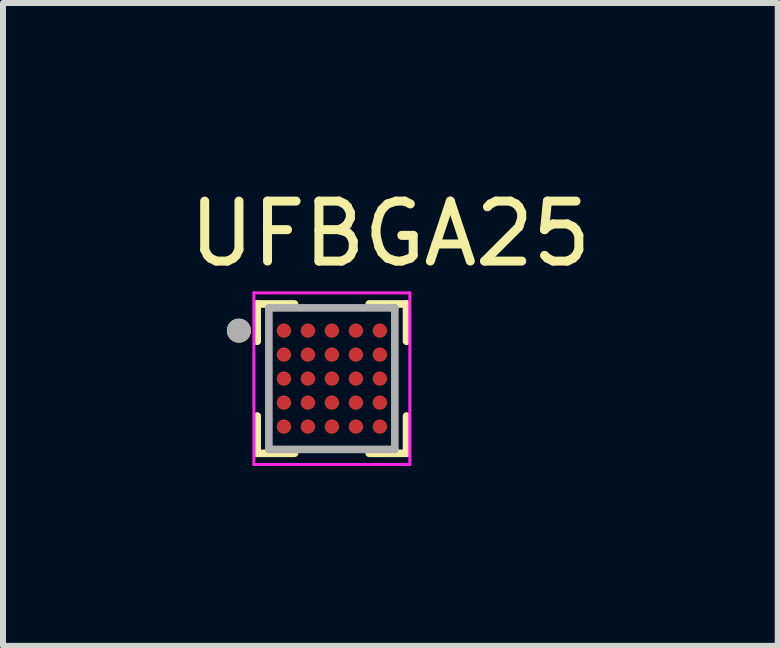
<source format=kicad_pcb>
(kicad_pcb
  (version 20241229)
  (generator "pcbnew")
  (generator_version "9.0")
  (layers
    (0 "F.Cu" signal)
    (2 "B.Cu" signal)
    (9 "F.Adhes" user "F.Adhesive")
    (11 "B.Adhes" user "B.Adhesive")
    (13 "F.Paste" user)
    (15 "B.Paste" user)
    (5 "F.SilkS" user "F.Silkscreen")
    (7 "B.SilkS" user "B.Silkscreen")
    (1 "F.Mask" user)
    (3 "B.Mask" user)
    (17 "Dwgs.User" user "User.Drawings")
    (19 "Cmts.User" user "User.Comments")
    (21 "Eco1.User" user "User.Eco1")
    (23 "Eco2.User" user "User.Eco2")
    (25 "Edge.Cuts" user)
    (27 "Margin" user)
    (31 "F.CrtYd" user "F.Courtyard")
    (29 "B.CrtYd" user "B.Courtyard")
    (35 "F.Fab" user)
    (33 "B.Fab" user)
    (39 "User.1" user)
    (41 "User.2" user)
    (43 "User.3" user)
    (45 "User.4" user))
  (footprint "UFBGA25"
    (layer "F.Cu")
    (at 2.483 3.263)
    (property "Reference" "UFBGA25" (at 0.975 -2.415 0) (layer "F.SilkS") (effects (font (size 1 1) (thickness 0.15))))
    (attr through_hole)
    (fp_poly (pts (xy -0.945 -0.8) (xy -0.945 -0.808) (xy -0.944 -0.815) (xy -0.943 -0.823) (xy -0.942 -0.83) (xy -0.94 -0.838) (xy -0.938 -0.845) (xy -0.935 -0.852) (xy -0.932 -0.859) (xy -0.929 -0.866) (xy -0.926 -0.873) (xy -0.922 -0.879) (xy -0.917 -0.885) (xy -0.913 -0.891) (xy -0.908 -0.897) (xy -0.903 -0.903) (xy -0.897 -0.908) (xy -0.891 -0.913) (xy -0.885 -0.917) (xy -0.879 -0.922) (xy -0.872 -0.926) (xy -0.866 -0.929) (xy -0.859 -0.932) (xy -0.852 -0.935) (xy -0.845 -0.938) (xy -0.838 -0.94) (xy -0.83 -0.942) (xy -0.823 -0.943) (xy -0.815 -0.944) (xy -0.808 -0.945) (xy -0.8 -0.945) (xy -0.792 -0.945) (xy -0.785 -0.944) (xy -0.777 -0.943) (xy -0.77 -0.942) (xy -0.762 -0.94) (xy -0.755 -0.938) (xy -0.748 -0.935) (xy -0.741 -0.932) (xy -0.734 -0.929) (xy -0.728 -0.926) (xy -0.721 -0.922) (xy -0.715 -0.917) (xy -0.709 -0.913) (xy -0.703 -0.908) (xy -0.697 -0.903) (xy -0.692 -0.897) (xy -0.687 -0.891) (xy -0.683 -0.885) (xy -0.678 -0.879) (xy -0.674 -0.873) (xy -0.671 -0.866) (xy -0.668 -0.859) (xy -0.665 -0.852) (xy -0.662 -0.845) (xy -0.66 -0.838) (xy -0.658 -0.83) (xy -0.657 -0.823) (xy -0.656 -0.815) (xy -0.655 -0.808) (xy -0.655 -0.8) (xy -0.655 -0.792) (xy -0.656 -0.785) (xy -0.657 -0.777) (xy -0.658 -0.77) (xy -0.66 -0.762) (xy -0.662 -0.755) (xy -0.665 -0.748) (xy -0.668 -0.741) (xy -0.671 -0.734) (xy -0.674 -0.728) (xy -0.678 -0.721) (xy -0.683 -0.715) (xy -0.687 -0.709) (xy -0.692 -0.703) (xy -0.697 -0.697) (xy -0.703 -0.692) (xy -0.709 -0.687) (xy -0.715 -0.683) (xy -0.721 -0.678) (xy -0.728 -0.674) (xy -0.734 -0.671) (xy -0.741 -0.668) (xy -0.748 -0.665) (xy -0.755 -0.662) (xy -0.762 -0.66) (xy -0.77 -0.658) (xy -0.777 -0.657) (xy -0.785 -0.656) (xy -0.792 -0.655) (xy -0.8 -0.655) (xy -0.808 -0.655) (xy -0.815 -0.656) (xy -0.823 -0.657) (xy -0.83 -0.658) (xy -0.838 -0.66) (xy -0.845 -0.662) (xy -0.852 -0.665) (xy -0.859 -0.668) (xy -0.866 -0.671) (xy -0.873 -0.674) (xy -0.879 -0.678) (xy -0.885 -0.683) (xy -0.891 -0.687) (xy -0.897 -0.692) (xy -0.903 -0.697) (xy -0.908 -0.703) (xy -0.913 -0.709) (xy -0.917 -0.715) (xy -0.922 -0.721) (xy -0.926 -0.728) (xy -0.929 -0.734) (xy -0.932 -0.741) (xy -0.935 -0.748) (xy -0.938 -0.755) (xy -0.94 -0.762) (xy -0.942 -0.77) (xy -0.943 -0.777) (xy -0.944 -0.785) (xy -0.945 -0.792) (xy -0.945 -0.8)) (stroke (width 0.001) (type solid)) (fill yes) (layer "F.Mask"))
    (fp_poly (pts (xy -0.945 -0.8) (xy -0.945 -0.808) (xy -0.944 -0.815) (xy -0.943 -0.823) (xy -0.942 -0.83) (xy -0.94 -0.838) (xy -0.938 -0.845) (xy -0.935 -0.852) (xy -0.932 -0.859) (xy -0.929 -0.866) (xy -0.926 -0.873) (xy -0.922 -0.879) (xy -0.917 -0.885) (xy -0.913 -0.891) (xy -0.908 -0.897) (xy -0.903 -0.903) (xy -0.897 -0.908) (xy -0.891 -0.913) (xy -0.885 -0.917) (xy -0.879 -0.922) (xy -0.872 -0.926) (xy -0.866 -0.929) (xy -0.859 -0.932) (xy -0.852 -0.935) (xy -0.845 -0.938) (xy -0.838 -0.94) (xy -0.83 -0.942) (xy -0.823 -0.943) (xy -0.815 -0.944) (xy -0.808 -0.945) (xy -0.8 -0.945) (xy -0.792 -0.945) (xy -0.785 -0.944) (xy -0.777 -0.943) (xy -0.77 -0.942) (xy -0.762 -0.94) (xy -0.755 -0.938) (xy -0.748 -0.935) (xy -0.741 -0.932) (xy -0.734 -0.929) (xy -0.728 -0.926) (xy -0.721 -0.922) (xy -0.715 -0.917) (xy -0.709 -0.913) (xy -0.703 -0.908) (xy -0.697 -0.903) (xy -0.692 -0.897) (xy -0.687 -0.891) (xy -0.683 -0.885) (xy -0.678 -0.879) (xy -0.674 -0.873) (xy -0.671 -0.866) (xy -0.668 -0.859) (xy -0.665 -0.852) (xy -0.662 -0.845) (xy -0.66 -0.838) (xy -0.658 -0.83) (xy -0.657 -0.823) (xy -0.656 -0.815) (xy -0.655 -0.808) (xy -0.655 -0.8) (xy -0.655 -0.792) (xy -0.656 -0.785) (xy -0.657 -0.777) (xy -0.658 -0.77) (xy -0.66 -0.762) (xy -0.662 -0.755) (xy -0.665 -0.748) (xy -0.668 -0.741) (xy -0.671 -0.734) (xy -0.674 -0.728) (xy -0.678 -0.721) (xy -0.683 -0.715) (xy -0.687 -0.709) (xy -0.692 -0.703) (xy -0.697 -0.697) (xy -0.703 -0.692) (xy -0.709 -0.687) (xy -0.715 -0.683) (xy -0.721 -0.678) (xy -0.728 -0.674) (xy -0.734 -0.671) (xy -0.741 -0.668) (xy -0.748 -0.665) (xy -0.755 -0.662) (xy -0.762 -0.66) (xy -0.77 -0.658) (xy -0.777 -0.657) (xy -0.785 -0.656) (xy -0.792 -0.655) (xy -0.8 -0.655) (xy -0.808 -0.655) (xy -0.815 -0.656) (xy -0.823 -0.657) (xy -0.83 -0.658) (xy -0.838 -0.66) (xy -0.845 -0.662) (xy -0.852 -0.665) (xy -0.859 -0.668) (xy -0.866 -0.671) (xy -0.873 -0.674) (xy -0.879 -0.678) (xy -0.885 -0.683) (xy -0.891 -0.687) (xy -0.897 -0.692) (xy -0.903 -0.697) (xy -0.908 -0.703) (xy -0.913 -0.709) (xy -0.917 -0.715) (xy -0.922 -0.721) (xy -0.926 -0.728) (xy -0.929 -0.734) (xy -0.932 -0.741) (xy -0.935 -0.748) (xy -0.938 -0.755) (xy -0.94 -0.762) (xy -0.942 -0.77) (xy -0.943 -0.777) (xy -0.944 -0.785) (xy -0.945 -0.792) (xy -0.945 -0.8)) (stroke (width 0.001) (type solid)) (fill yes) (layer "F.Mask"))
    (fp_poly (pts (xy -0.945 -0.4) (xy -0.945 -0.408) (xy -0.944 -0.415) (xy -0.943 -0.423) (xy -0.942 -0.43) (xy -0.94 -0.438) (xy -0.938 -0.445) (xy -0.935 -0.452) (xy -0.932 -0.459) (xy -0.929 -0.466) (xy -0.926 -0.473) (xy -0.922 -0.479) (xy -0.917 -0.485) (xy -0.913 -0.491) (xy -0.908 -0.497) (xy -0.903 -0.503) (xy -0.897 -0.508) (xy -0.891 -0.513) (xy -0.885 -0.517) (xy -0.879 -0.522) (xy -0.873 -0.526) (xy -0.866 -0.529) (xy -0.859 -0.532) (xy -0.852 -0.535) (xy -0.845 -0.538) (xy -0.838 -0.54) (xy -0.83 -0.542) (xy -0.823 -0.543) (xy -0.815 -0.544) (xy -0.808 -0.545) (xy -0.8 -0.545) (xy -0.792 -0.545) (xy -0.785 -0.544) (xy -0.777 -0.543) (xy -0.77 -0.542) (xy -0.762 -0.54) (xy -0.755 -0.538) (xy -0.748 -0.535) (xy -0.741 -0.532) (xy -0.734 -0.529) (xy -0.728 -0.526) (xy -0.721 -0.522) (xy -0.715 -0.517) (xy -0.709 -0.513) (xy -0.703 -0.508) (xy -0.697 -0.503) (xy -0.692 -0.497) (xy -0.687 -0.491) (xy -0.683 -0.485) (xy -0.678 -0.479) (xy -0.674 -0.473) (xy -0.671 -0.466) (xy -0.668 -0.459) (xy -0.665 -0.452) (xy -0.662 -0.445) (xy -0.66 -0.438) (xy -0.658 -0.43) (xy -0.657 -0.423) (xy -0.656 -0.415) (xy -0.655 -0.408) (xy -0.655 -0.4) (xy -0.655 -0.392) (xy -0.656 -0.385) (xy -0.657 -0.377) (xy -0.658 -0.37) (xy -0.66 -0.362) (xy -0.662 -0.355) (xy -0.665 -0.348) (xy -0.668 -0.341) (xy -0.671 -0.334) (xy -0.674 -0.328) (xy -0.678 -0.321) (xy -0.683 -0.315) (xy -0.687 -0.309) (xy -0.692 -0.303) (xy -0.697 -0.297) (xy -0.703 -0.292) (xy -0.709 -0.287) (xy -0.715 -0.283) (xy -0.721 -0.278) (xy -0.728 -0.274) (xy -0.734 -0.271) (xy -0.741 -0.268) (xy -0.748 -0.265) (xy -0.755 -0.262) (xy -0.762 -0.26) (xy -0.77 -0.258) (xy -0.777 -0.257) (xy -0.785 -0.256) (xy -0.792 -0.255) (xy -0.8 -0.255) (xy -0.808 -0.255) (xy -0.815 -0.256) (xy -0.823 -0.257) (xy -0.83 -0.258) (xy -0.838 -0.26) (xy -0.845 -0.262) (xy -0.852 -0.265) (xy -0.859 -0.268) (xy -0.866 -0.271) (xy -0.873 -0.274) (xy -0.879 -0.278) (xy -0.885 -0.283) (xy -0.891 -0.287) (xy -0.897 -0.292) (xy -0.903 -0.297) (xy -0.908 -0.303) (xy -0.913 -0.309) (xy -0.917 -0.315) (xy -0.922 -0.321) (xy -0.926 -0.327) (xy -0.929 -0.334) (xy -0.932 -0.341) (xy -0.935 -0.348) (xy -0.938 -0.355) (xy -0.94 -0.362) (xy -0.942 -0.37) (xy -0.943 -0.377) (xy -0.944 -0.385) (xy -0.945 -0.392) (xy -0.945 -0.4)) (stroke (width 0.001) (type solid)) (fill yes) (layer "F.Mask"))
    (fp_poly (pts (xy -0.945 -0.4) (xy -0.945 -0.408) (xy -0.944 -0.415) (xy -0.943 -0.423) (xy -0.942 -0.43) (xy -0.94 -0.438) (xy -0.938 -0.445) (xy -0.935 -0.452) (xy -0.932 -0.459) (xy -0.929 -0.466) (xy -0.926 -0.473) (xy -0.922 -0.479) (xy -0.917 -0.485) (xy -0.913 -0.491) (xy -0.908 -0.497) (xy -0.903 -0.503) (xy -0.897 -0.508) (xy -0.891 -0.513) (xy -0.885 -0.517) (xy -0.879 -0.522) (xy -0.873 -0.526) (xy -0.866 -0.529) (xy -0.859 -0.532) (xy -0.852 -0.535) (xy -0.845 -0.538) (xy -0.838 -0.54) (xy -0.83 -0.542) (xy -0.823 -0.543) (xy -0.815 -0.544) (xy -0.808 -0.545) (xy -0.8 -0.545) (xy -0.792 -0.545) (xy -0.785 -0.544) (xy -0.777 -0.543) (xy -0.77 -0.542) (xy -0.762 -0.54) (xy -0.755 -0.538) (xy -0.748 -0.535) (xy -0.741 -0.532) (xy -0.734 -0.529) (xy -0.728 -0.526) (xy -0.721 -0.522) (xy -0.715 -0.517) (xy -0.709 -0.513) (xy -0.703 -0.508) (xy -0.697 -0.503) (xy -0.692 -0.497) (xy -0.687 -0.491) (xy -0.683 -0.485) (xy -0.678 -0.479) (xy -0.674 -0.473) (xy -0.671 -0.466) (xy -0.668 -0.459) (xy -0.665 -0.452) (xy -0.662 -0.445) (xy -0.66 -0.438) (xy -0.658 -0.43) (xy -0.657 -0.423) (xy -0.656 -0.415) (xy -0.655 -0.408) (xy -0.655 -0.4) (xy -0.655 -0.392) (xy -0.656 -0.385) (xy -0.657 -0.377) (xy -0.658 -0.37) (xy -0.66 -0.362) (xy -0.662 -0.355) (xy -0.665 -0.348) (xy -0.668 -0.341) (xy -0.671 -0.334) (xy -0.674 -0.328) (xy -0.678 -0.321) (xy -0.683 -0.315) (xy -0.687 -0.309) (xy -0.692 -0.303) (xy -0.697 -0.297) (xy -0.703 -0.292) (xy -0.709 -0.287) (xy -0.715 -0.283) (xy -0.721 -0.278) (xy -0.728 -0.274) (xy -0.734 -0.271) (xy -0.741 -0.268) (xy -0.748 -0.265) (xy -0.755 -0.262) (xy -0.762 -0.26) (xy -0.77 -0.258) (xy -0.777 -0.257) (xy -0.785 -0.256) (xy -0.792 -0.255) (xy -0.8 -0.255) (xy -0.808 -0.255) (xy -0.815 -0.256) (xy -0.823 -0.257) (xy -0.83 -0.258) (xy -0.838 -0.26) (xy -0.845 -0.262) (xy -0.852 -0.265) (xy -0.859 -0.268) (xy -0.866 -0.271) (xy -0.873 -0.274) (xy -0.879 -0.278) (xy -0.885 -0.283) (xy -0.891 -0.287) (xy -0.897 -0.292) (xy -0.903 -0.297) (xy -0.908 -0.303) (xy -0.913 -0.309) (xy -0.917 -0.315) (xy -0.922 -0.321) (xy -0.926 -0.327) (xy -0.929 -0.334) (xy -0.932 -0.341) (xy -0.935 -0.348) (xy -0.938 -0.355) (xy -0.94 -0.362) (xy -0.942 -0.37) (xy -0.943 -0.377) (xy -0.944 -0.385) (xy -0.945 -0.392) (xy -0.945 -0.4)) (stroke (width 0.001) (type solid)) (fill yes) (layer "F.Mask"))
    (fp_poly (pts (xy -0.945 0) (xy -0.945 -0.008) (xy -0.944 -0.015) (xy -0.943 -0.023) (xy -0.942 -0.03) (xy -0.94 -0.038) (xy -0.938 -0.045) (xy -0.935 -0.052) (xy -0.932 -0.059) (xy -0.929 -0.066) (xy -0.926 -0.073) (xy -0.922 -0.079) (xy -0.917 -0.085) (xy -0.913 -0.091) (xy -0.908 -0.097) (xy -0.903 -0.103) (xy -0.897 -0.108) (xy -0.891 -0.113) (xy -0.885 -0.117) (xy -0.879 -0.122) (xy -0.873 -0.126) (xy -0.866 -0.129) (xy -0.859 -0.132) (xy -0.852 -0.135) (xy -0.845 -0.138) (xy -0.838 -0.14) (xy -0.83 -0.142) (xy -0.823 -0.143) (xy -0.815 -0.144) (xy -0.808 -0.145) (xy -0.8 -0.145) (xy -0.792 -0.145) (xy -0.785 -0.144) (xy -0.777 -0.143) (xy -0.77 -0.142) (xy -0.762 -0.14) (xy -0.755 -0.138) (xy -0.748 -0.135) (xy -0.741 -0.132) (xy -0.734 -0.129) (xy -0.728 -0.126) (xy -0.721 -0.122) (xy -0.715 -0.117) (xy -0.709 -0.113) (xy -0.703 -0.108) (xy -0.697 -0.103) (xy -0.692 -0.097) (xy -0.687 -0.091) (xy -0.683 -0.085) (xy -0.678 -0.079) (xy -0.674 -0.072) (xy -0.671 -0.066) (xy -0.668 -0.059) (xy -0.665 -0.052) (xy -0.662 -0.045) (xy -0.66 -0.038) (xy -0.658 -0.03) (xy -0.657 -0.023) (xy -0.656 -0.015) (xy -0.655 -0.008) (xy -0.655 0) (xy -0.655 0.008) (xy -0.656 0.015) (xy -0.657 0.023) (xy -0.658 0.03) (xy -0.66 0.038) (xy -0.662 0.045) (xy -0.665 0.052) (xy -0.668 0.059) (xy -0.671 0.066) (xy -0.674 0.072) (xy -0.678 0.079) (xy -0.683 0.085) (xy -0.687 0.091) (xy -0.692 0.097) (xy -0.697 0.103) (xy -0.703 0.108) (xy -0.709 0.113) (xy -0.715 0.117) (xy -0.721 0.122) (xy -0.728 0.126) (xy -0.734 0.129) (xy -0.741 0.132) (xy -0.748 0.135) (xy -0.755 0.138) (xy -0.762 0.14) (xy -0.77 0.142) (xy -0.777 0.143) (xy -0.785 0.144) (xy -0.792 0.145) (xy -0.8 0.145) (xy -0.808 0.145) (xy -0.815 0.144) (xy -0.823 0.143) (xy -0.83 0.142) (xy -0.838 0.14) (xy -0.845 0.138) (xy -0.852 0.135) (xy -0.859 0.132) (xy -0.866 0.129) (xy -0.873 0.126) (xy -0.879 0.122) (xy -0.885 0.117) (xy -0.891 0.113) (xy -0.897 0.108) (xy -0.903 0.103) (xy -0.908 0.097) (xy -0.913 0.091) (xy -0.917 0.085) (xy -0.922 0.079) (xy -0.926 0.073) (xy -0.929 0.066) (xy -0.932 0.059) (xy -0.935 0.052) (xy -0.938 0.045) (xy -0.94 0.038) (xy -0.942 0.03) (xy -0.943 0.023) (xy -0.944 0.015) (xy -0.945 0.008) (xy -0.945 0)) (stroke (width 0.001) (type solid)) (fill yes) (layer "F.Mask"))
    (fp_poly (pts (xy -0.945 0.4) (xy -0.945 0.392) (xy -0.944 0.385) (xy -0.943 0.377) (xy -0.942 0.37) (xy -0.94 0.362) (xy -0.938 0.355) (xy -0.935 0.348) (xy -0.932 0.341) (xy -0.929 0.334) (xy -0.926 0.328) (xy -0.922 0.321) (xy -0.917 0.315) (xy -0.913 0.309) (xy -0.908 0.303) (xy -0.903 0.297) (xy -0.897 0.292) (xy -0.891 0.287) (xy -0.885 0.283) (xy -0.879 0.278) (xy -0.873 0.274) (xy -0.866 0.271) (xy -0.859 0.268) (xy -0.852 0.265) (xy -0.845 0.262) (xy -0.838 0.26) (xy -0.83 0.258) (xy -0.823 0.257) (xy -0.815 0.256) (xy -0.808 0.255) (xy -0.8 0.255) (xy -0.792 0.255) (xy -0.785 0.256) (xy -0.777 0.257) (xy -0.77 0.258) (xy -0.762 0.26) (xy -0.755 0.262) (xy -0.748 0.265) (xy -0.741 0.268) (xy -0.734 0.271) (xy -0.728 0.274) (xy -0.721 0.278) (xy -0.715 0.283) (xy -0.709 0.287) (xy -0.703 0.292) (xy -0.697 0.297) (xy -0.692 0.303) (xy -0.687 0.309) (xy -0.683 0.315) (xy -0.678 0.321) (xy -0.674 0.328) (xy -0.671 0.334) (xy -0.668 0.341) (xy -0.665 0.348) (xy -0.662 0.355) (xy -0.66 0.362) (xy -0.658 0.37) (xy -0.657 0.377) (xy -0.656 0.385) (xy -0.655 0.392) (xy -0.655 0.4) (xy -0.655 0.408) (xy -0.656 0.415) (xy -0.657 0.423) (xy -0.658 0.43) (xy -0.66 0.438) (xy -0.662 0.445) (xy -0.665 0.452) (xy -0.668 0.459) (xy -0.671 0.466) (xy -0.674 0.473) (xy -0.678 0.479) (xy -0.683 0.485) (xy -0.687 0.491) (xy -0.692 0.497) (xy -0.697 0.503) (xy -0.703 0.508) (xy -0.709 0.513) (xy -0.715 0.517) (xy -0.721 0.522) (xy -0.728 0.526) (xy -0.734 0.529) (xy -0.741 0.532) (xy -0.748 0.535) (xy -0.755 0.538) (xy -0.762 0.54) (xy -0.77 0.542) (xy -0.777 0.543) (xy -0.785 0.544) (xy -0.792 0.545) (xy -0.8 0.545) (xy -0.808 0.545) (xy -0.815 0.544) (xy -0.823 0.543) (xy -0.83 0.542) (xy -0.838 0.54) (xy -0.845 0.538) (xy -0.852 0.535) (xy -0.859 0.532) (xy -0.866 0.529) (xy -0.873 0.526) (xy -0.879 0.522) (xy -0.885 0.517) (xy -0.891 0.513) (xy -0.897 0.508) (xy -0.903 0.503) (xy -0.908 0.497) (xy -0.913 0.491) (xy -0.917 0.485) (xy -0.922 0.479) (xy -0.926 0.473) (xy -0.929 0.466) (xy -0.932 0.459) (xy -0.935 0.452) (xy -0.938 0.445) (xy -0.94 0.438) (xy -0.942 0.43) (xy -0.943 0.423) (xy -0.944 0.415) (xy -0.945 0.408) (xy -0.945 0.4)) (stroke (width 0.001) (type solid)) (fill yes) (layer "F.Mask"))
    (fp_poly (pts (xy -0.945 0.4) (xy -0.945 0.392) (xy -0.944 0.385) (xy -0.943 0.377) (xy -0.942 0.37) (xy -0.94 0.362) (xy -0.938 0.355) (xy -0.935 0.348) (xy -0.932 0.341) (xy -0.929 0.334) (xy -0.926 0.328) (xy -0.922 0.321) (xy -0.917 0.315) (xy -0.913 0.309) (xy -0.908 0.303) (xy -0.903 0.297) (xy -0.897 0.292) (xy -0.891 0.287) (xy -0.885 0.283) (xy -0.879 0.278) (xy -0.873 0.274) (xy -0.866 0.271) (xy -0.859 0.268) (xy -0.852 0.265) (xy -0.845 0.262) (xy -0.838 0.26) (xy -0.83 0.258) (xy -0.823 0.257) (xy -0.815 0.256) (xy -0.808 0.255) (xy -0.8 0.255) (xy -0.792 0.255) (xy -0.785 0.256) (xy -0.777 0.257) (xy -0.77 0.258) (xy -0.762 0.26) (xy -0.755 0.262) (xy -0.748 0.265) (xy -0.741 0.268) (xy -0.734 0.271) (xy -0.728 0.274) (xy -0.721 0.278) (xy -0.715 0.283) (xy -0.709 0.287) (xy -0.703 0.292) (xy -0.697 0.297) (xy -0.692 0.303) (xy -0.687 0.309) (xy -0.683 0.315) (xy -0.678 0.321) (xy -0.674 0.328) (xy -0.671 0.334) (xy -0.668 0.341) (xy -0.665 0.348) (xy -0.662 0.355) (xy -0.66 0.362) (xy -0.658 0.37) (xy -0.657 0.377) (xy -0.656 0.385) (xy -0.655 0.392) (xy -0.655 0.4) (xy -0.655 0.408) (xy -0.656 0.415) (xy -0.657 0.423) (xy -0.658 0.43) (xy -0.66 0.438) (xy -0.662 0.445) (xy -0.665 0.452) (xy -0.668 0.459) (xy -0.671 0.466) (xy -0.674 0.473) (xy -0.678 0.479) (xy -0.683 0.485) (xy -0.687 0.491) (xy -0.692 0.497) (xy -0.697 0.503) (xy -0.703 0.508) (xy -0.709 0.513) (xy -0.715 0.517) (xy -0.721 0.522) (xy -0.728 0.526) (xy -0.734 0.529) (xy -0.741 0.532) (xy -0.748 0.535) (xy -0.755 0.538) (xy -0.762 0.54) (xy -0.77 0.542) (xy -0.777 0.543) (xy -0.785 0.544) (xy -0.792 0.545) (xy -0.8 0.545) (xy -0.808 0.545) (xy -0.815 0.544) (xy -0.823 0.543) (xy -0.83 0.542) (xy -0.838 0.54) (xy -0.845 0.538) (xy -0.852 0.535) (xy -0.859 0.532) (xy -0.866 0.529) (xy -0.873 0.526) (xy -0.879 0.522) (xy -0.885 0.517) (xy -0.891 0.513) (xy -0.897 0.508) (xy -0.903 0.503) (xy -0.908 0.497) (xy -0.913 0.491) (xy -0.917 0.485) (xy -0.922 0.479) (xy -0.926 0.473) (xy -0.929 0.466) (xy -0.932 0.459) (xy -0.935 0.452) (xy -0.938 0.445) (xy -0.94 0.438) (xy -0.942 0.43) (xy -0.943 0.423) (xy -0.944 0.415) (xy -0.945 0.408) (xy -0.945 0.4)) (stroke (width 0.001) (type solid)) (fill yes) (layer "F.Mask"))
    (fp_poly (pts (xy -0.945 0.8) (xy -0.945 0.792) (xy -0.944 0.785) (xy -0.943 0.777) (xy -0.942 0.77) (xy -0.94 0.762) (xy -0.938 0.755) (xy -0.935 0.748) (xy -0.932 0.741) (xy -0.929 0.734) (xy -0.926 0.728) (xy -0.922 0.721) (xy -0.917 0.715) (xy -0.913 0.709) (xy -0.908 0.703) (xy -0.903 0.697) (xy -0.897 0.692) (xy -0.891 0.687) (xy -0.885 0.683) (xy -0.879 0.678) (xy -0.873 0.674) (xy -0.866 0.671) (xy -0.859 0.668) (xy -0.852 0.665) (xy -0.845 0.662) (xy -0.838 0.66) (xy -0.83 0.658) (xy -0.823 0.657) (xy -0.815 0.656) (xy -0.808 0.655) (xy -0.8 0.655) (xy -0.792 0.655) (xy -0.785 0.656) (xy -0.777 0.657) (xy -0.77 0.658) (xy -0.762 0.66) (xy -0.755 0.662) (xy -0.748 0.665) (xy -0.741 0.668) (xy -0.734 0.671) (xy -0.728 0.674) (xy -0.721 0.678) (xy -0.715 0.683) (xy -0.709 0.687) (xy -0.703 0.692) (xy -0.697 0.697) (xy -0.692 0.703) (xy -0.687 0.709) (xy -0.683 0.715) (xy -0.678 0.721) (xy -0.674 0.728) (xy -0.671 0.734) (xy -0.668 0.741) (xy -0.665 0.748) (xy -0.662 0.755) (xy -0.66 0.762) (xy -0.658 0.77) (xy -0.657 0.777) (xy -0.656 0.785) (xy -0.655 0.792) (xy -0.655 0.8) (xy -0.655 0.808) (xy -0.656 0.815) (xy -0.657 0.823) (xy -0.658 0.83) (xy -0.66 0.838) (xy -0.662 0.845) (xy -0.665 0.852) (xy -0.668 0.859) (xy -0.671 0.866) (xy -0.674 0.873) (xy -0.678 0.879) (xy -0.683 0.885) (xy -0.687 0.891) (xy -0.692 0.897) (xy -0.697 0.903) (xy -0.703 0.908) (xy -0.709 0.913) (xy -0.715 0.917) (xy -0.721 0.922) (xy -0.728 0.926) (xy -0.734 0.929) (xy -0.741 0.932) (xy -0.748 0.935) (xy -0.755 0.938) (xy -0.762 0.94) (xy -0.77 0.942) (xy -0.777 0.943) (xy -0.785 0.944) (xy -0.792 0.945) (xy -0.8 0.945) (xy -0.808 0.945) (xy -0.815 0.944) (xy -0.823 0.943) (xy -0.83 0.942) (xy -0.838 0.94) (xy -0.845 0.938) (xy -0.852 0.935) (xy -0.859 0.932) (xy -0.866 0.929) (xy -0.873 0.926) (xy -0.879 0.922) (xy -0.885 0.917) (xy -0.891 0.913) (xy -0.897 0.908) (xy -0.903 0.903) (xy -0.908 0.897) (xy -0.913 0.891) (xy -0.917 0.885) (xy -0.922 0.879) (xy -0.926 0.873) (xy -0.929 0.866) (xy -0.932 0.859) (xy -0.935 0.852) (xy -0.938 0.845) (xy -0.94 0.838) (xy -0.942 0.83) (xy -0.943 0.823) (xy -0.944 0.815) (xy -0.945 0.808) (xy -0.945 0.8)) (stroke (width 0.001) (type solid)) (fill yes) (layer "F.Mask"))
    (fp_poly (pts (xy -0.545 -0.8) (xy -0.545 -0.808) (xy -0.544 -0.815) (xy -0.543 -0.823) (xy -0.542 -0.83) (xy -0.54 -0.838) (xy -0.538 -0.845) (xy -0.535 -0.852) (xy -0.532 -0.859) (xy -0.529 -0.866) (xy -0.526 -0.873) (xy -0.522 -0.879) (xy -0.517 -0.885) (xy -0.513 -0.891) (xy -0.508 -0.897) (xy -0.503 -0.903) (xy -0.497 -0.908) (xy -0.491 -0.913) (xy -0.485 -0.917) (xy -0.479 -0.922) (xy -0.473 -0.926) (xy -0.466 -0.929) (xy -0.459 -0.932) (xy -0.452 -0.935) (xy -0.445 -0.938) (xy -0.438 -0.94) (xy -0.43 -0.942) (xy -0.423 -0.943) (xy -0.415 -0.944) (xy -0.408 -0.945) (xy -0.4 -0.945) (xy -0.392 -0.945) (xy -0.385 -0.944) (xy -0.377 -0.943) (xy -0.37 -0.942) (xy -0.362 -0.94) (xy -0.355 -0.938) (xy -0.348 -0.935) (xy -0.341 -0.932) (xy -0.334 -0.929) (xy -0.327 -0.926) (xy -0.321 -0.922) (xy -0.315 -0.917) (xy -0.309 -0.913) (xy -0.303 -0.908) (xy -0.297 -0.903) (xy -0.292 -0.897) (xy -0.287 -0.891) (xy -0.283 -0.885) (xy -0.278 -0.879) (xy -0.274 -0.873) (xy -0.271 -0.866) (xy -0.268 -0.859) (xy -0.265 -0.852) (xy -0.262 -0.845) (xy -0.26 -0.838) (xy -0.258 -0.83) (xy -0.257 -0.823) (xy -0.256 -0.815) (xy -0.255 -0.808) (xy -0.255 -0.8) (xy -0.255 -0.792) (xy -0.256 -0.785) (xy -0.257 -0.777) (xy -0.258 -0.77) (xy -0.26 -0.762) (xy -0.262 -0.755) (xy -0.265 -0.748) (xy -0.268 -0.741) (xy -0.271 -0.734) (xy -0.274 -0.728) (xy -0.278 -0.721) (xy -0.283 -0.715) (xy -0.287 -0.709) (xy -0.292 -0.703) (xy -0.297 -0.697) (xy -0.303 -0.692) (xy -0.309 -0.687) (xy -0.315 -0.683) (xy -0.321 -0.678) (xy -0.328 -0.674) (xy -0.334 -0.671) (xy -0.341 -0.668) (xy -0.348 -0.665) (xy -0.355 -0.662) (xy -0.362 -0.66) (xy -0.37 -0.658) (xy -0.377 -0.657) (xy -0.385 -0.656) (xy -0.392 -0.655) (xy -0.4 -0.655) (xy -0.408 -0.655) (xy -0.415 -0.656) (xy -0.423 -0.657) (xy -0.43 -0.658) (xy -0.438 -0.66) (xy -0.445 -0.662) (xy -0.452 -0.665) (xy -0.459 -0.668) (xy -0.466 -0.671) (xy -0.473 -0.674) (xy -0.479 -0.678) (xy -0.485 -0.683) (xy -0.491 -0.687) (xy -0.497 -0.692) (xy -0.503 -0.697) (xy -0.508 -0.703) (xy -0.513 -0.709) (xy -0.517 -0.715) (xy -0.522 -0.721) (xy -0.526 -0.728) (xy -0.529 -0.734) (xy -0.532 -0.741) (xy -0.535 -0.748) (xy -0.538 -0.755) (xy -0.54 -0.762) (xy -0.542 -0.77) (xy -0.543 -0.777) (xy -0.544 -0.785) (xy -0.545 -0.792) (xy -0.545 -0.8)) (stroke (width 0.001) (type solid)) (fill yes) (layer "F.Mask"))
    (fp_poly (pts (xy -0.545 -0.4) (xy -0.545 -0.408) (xy -0.544 -0.415) (xy -0.543 -0.423) (xy -0.542 -0.43) (xy -0.54 -0.438) (xy -0.538 -0.445) (xy -0.535 -0.452) (xy -0.532 -0.459) (xy -0.529 -0.466) (xy -0.526 -0.473) (xy -0.522 -0.479) (xy -0.517 -0.485) (xy -0.513 -0.491) (xy -0.508 -0.497) (xy -0.503 -0.503) (xy -0.497 -0.508) (xy -0.491 -0.513) (xy -0.485 -0.517) (xy -0.479 -0.522) (xy -0.473 -0.526) (xy -0.466 -0.529) (xy -0.459 -0.532) (xy -0.452 -0.535) (xy -0.445 -0.538) (xy -0.438 -0.54) (xy -0.43 -0.542) (xy -0.423 -0.543) (xy -0.415 -0.544) (xy -0.408 -0.545) (xy -0.4 -0.545) (xy -0.392 -0.545) (xy -0.385 -0.544) (xy -0.377 -0.543) (xy -0.37 -0.542) (xy -0.362 -0.54) (xy -0.355 -0.538) (xy -0.348 -0.535) (xy -0.341 -0.532) (xy -0.334 -0.529) (xy -0.328 -0.526) (xy -0.321 -0.522) (xy -0.315 -0.517) (xy -0.309 -0.513) (xy -0.303 -0.508) (xy -0.297 -0.503) (xy -0.292 -0.497) (xy -0.287 -0.491) (xy -0.283 -0.485) (xy -0.278 -0.479) (xy -0.274 -0.473) (xy -0.271 -0.466) (xy -0.268 -0.459) (xy -0.265 -0.452) (xy -0.262 -0.445) (xy -0.26 -0.438) (xy -0.258 -0.43) (xy -0.257 -0.423) (xy -0.256 -0.415) (xy -0.255 -0.408) (xy -0.255 -0.4) (xy -0.255 -0.392) (xy -0.256 -0.385) (xy -0.257 -0.377) (xy -0.258 -0.37) (xy -0.26 -0.362) (xy -0.262 -0.355) (xy -0.265 -0.348) (xy -0.268 -0.341) (xy -0.271 -0.334) (xy -0.274 -0.328) (xy -0.278 -0.321) (xy -0.283 -0.315) (xy -0.287 -0.309) (xy -0.292 -0.303) (xy -0.297 -0.297) (xy -0.303 -0.292) (xy -0.309 -0.287) (xy -0.315 -0.283) (xy -0.321 -0.278) (xy -0.328 -0.274) (xy -0.334 -0.271) (xy -0.341 -0.268) (xy -0.348 -0.265) (xy -0.355 -0.262) (xy -0.362 -0.26) (xy -0.37 -0.258) (xy -0.377 -0.257) (xy -0.385 -0.256) (xy -0.392 -0.255) (xy -0.4 -0.255) (xy -0.408 -0.255) (xy -0.415 -0.256) (xy -0.423 -0.257) (xy -0.43 -0.258) (xy -0.438 -0.26) (xy -0.445 -0.262) (xy -0.452 -0.265) (xy -0.459 -0.268) (xy -0.466 -0.271) (xy -0.473 -0.274) (xy -0.479 -0.278) (xy -0.485 -0.283) (xy -0.491 -0.287) (xy -0.497 -0.292) (xy -0.503 -0.297) (xy -0.508 -0.303) (xy -0.513 -0.309) (xy -0.517 -0.315) (xy -0.522 -0.321) (xy -0.526 -0.328) (xy -0.529 -0.334) (xy -0.532 -0.341) (xy -0.535 -0.348) (xy -0.538 -0.355) (xy -0.54 -0.362) (xy -0.542 -0.37) (xy -0.543 -0.377) (xy -0.544 -0.385) (xy -0.545 -0.392) (xy -0.545 -0.4)) (stroke (width 0.001) (type solid)) (fill yes) (layer "F.Mask"))
    (fp_poly (pts (xy -0.545 -0.4) (xy -0.545 -0.408) (xy -0.544 -0.415) (xy -0.543 -0.423) (xy -0.542 -0.43) (xy -0.54 -0.438) (xy -0.538 -0.445) (xy -0.535 -0.452) (xy -0.532 -0.459) (xy -0.529 -0.466) (xy -0.526 -0.473) (xy -0.522 -0.479) (xy -0.517 -0.485) (xy -0.513 -0.491) (xy -0.508 -0.497) (xy -0.503 -0.503) (xy -0.497 -0.508) (xy -0.491 -0.513) (xy -0.485 -0.517) (xy -0.479 -0.522) (xy -0.473 -0.526) (xy -0.466 -0.529) (xy -0.459 -0.532) (xy -0.452 -0.535) (xy -0.445 -0.538) (xy -0.438 -0.54) (xy -0.43 -0.542) (xy -0.423 -0.543) (xy -0.415 -0.544) (xy -0.408 -0.545) (xy -0.4 -0.545) (xy -0.392 -0.545) (xy -0.385 -0.544) (xy -0.377 -0.543) (xy -0.37 -0.542) (xy -0.362 -0.54) (xy -0.355 -0.538) (xy -0.348 -0.535) (xy -0.341 -0.532) (xy -0.334 -0.529) (xy -0.328 -0.526) (xy -0.321 -0.522) (xy -0.315 -0.517) (xy -0.309 -0.513) (xy -0.303 -0.508) (xy -0.297 -0.503) (xy -0.292 -0.497) (xy -0.287 -0.491) (xy -0.283 -0.485) (xy -0.278 -0.479) (xy -0.274 -0.473) (xy -0.271 -0.466) (xy -0.268 -0.459) (xy -0.265 -0.452) (xy -0.262 -0.445) (xy -0.26 -0.438) (xy -0.258 -0.43) (xy -0.257 -0.423) (xy -0.256 -0.415) (xy -0.255 -0.408) (xy -0.255 -0.4) (xy -0.255 -0.392) (xy -0.256 -0.385) (xy -0.257 -0.377) (xy -0.258 -0.37) (xy -0.26 -0.362) (xy -0.262 -0.355) (xy -0.265 -0.348) (xy -0.268 -0.341) (xy -0.271 -0.334) (xy -0.274 -0.328) (xy -0.278 -0.321) (xy -0.283 -0.315) (xy -0.287 -0.309) (xy -0.292 -0.303) (xy -0.297 -0.297) (xy -0.303 -0.292) (xy -0.309 -0.287) (xy -0.315 -0.283) (xy -0.321 -0.278) (xy -0.328 -0.274) (xy -0.334 -0.271) (xy -0.341 -0.268) (xy -0.348 -0.265) (xy -0.355 -0.262) (xy -0.362 -0.26) (xy -0.37 -0.258) (xy -0.377 -0.257) (xy -0.385 -0.256) (xy -0.392 -0.255) (xy -0.4 -0.255) (xy -0.408 -0.255) (xy -0.415 -0.256) (xy -0.423 -0.257) (xy -0.43 -0.258) (xy -0.438 -0.26) (xy -0.445 -0.262) (xy -0.452 -0.265) (xy -0.459 -0.268) (xy -0.466 -0.271) (xy -0.473 -0.274) (xy -0.479 -0.278) (xy -0.485 -0.283) (xy -0.491 -0.287) (xy -0.497 -0.292) (xy -0.503 -0.297) (xy -0.508 -0.303) (xy -0.513 -0.309) (xy -0.517 -0.315) (xy -0.522 -0.321) (xy -0.526 -0.328) (xy -0.529 -0.334) (xy -0.532 -0.341) (xy -0.535 -0.348) (xy -0.538 -0.355) (xy -0.54 -0.362) (xy -0.542 -0.37) (xy -0.543 -0.377) (xy -0.544 -0.385) (xy -0.545 -0.392) (xy -0.545 -0.4)) (stroke (width 0.001) (type solid)) (fill yes) (layer "F.Mask"))
    (fp_poly (pts (xy -0.545 0) (xy -0.545 -0.008) (xy -0.544 -0.015) (xy -0.543 -0.023) (xy -0.542 -0.03) (xy -0.54 -0.038) (xy -0.538 -0.045) (xy -0.535 -0.052) (xy -0.532 -0.059) (xy -0.529 -0.066) (xy -0.526 -0.072) (xy -0.522 -0.079) (xy -0.517 -0.085) (xy -0.513 -0.091) (xy -0.508 -0.097) (xy -0.503 -0.103) (xy -0.497 -0.108) (xy -0.491 -0.113) (xy -0.485 -0.117) (xy -0.479 -0.122) (xy -0.473 -0.126) (xy -0.466 -0.129) (xy -0.459 -0.132) (xy -0.452 -0.135) (xy -0.445 -0.138) (xy -0.438 -0.14) (xy -0.43 -0.142) (xy -0.423 -0.143) (xy -0.415 -0.144) (xy -0.408 -0.145) (xy -0.4 -0.145) (xy -0.392 -0.145) (xy -0.385 -0.144) (xy -0.377 -0.143) (xy -0.37 -0.142) (xy -0.362 -0.14) (xy -0.355 -0.138) (xy -0.348 -0.135) (xy -0.341 -0.132) (xy -0.334 -0.129) (xy -0.328 -0.126) (xy -0.321 -0.122) (xy -0.315 -0.117) (xy -0.309 -0.113) (xy -0.303 -0.108) (xy -0.297 -0.103) (xy -0.292 -0.097) (xy -0.287 -0.091) (xy -0.283 -0.085) (xy -0.278 -0.079) (xy -0.274 -0.072) (xy -0.271 -0.066) (xy -0.268 -0.059) (xy -0.265 -0.052) (xy -0.262 -0.045) (xy -0.26 -0.038) (xy -0.258 -0.03) (xy -0.257 -0.023) (xy -0.256 -0.015) (xy -0.255 -0.008) (xy -0.255 0) (xy -0.255 0.008) (xy -0.256 0.015) (xy -0.257 0.023) (xy -0.258 0.03) (xy -0.26 0.038) (xy -0.262 0.045) (xy -0.265 0.052) (xy -0.268 0.059) (xy -0.271 0.066) (xy -0.274 0.072) (xy -0.278 0.079) (xy -0.283 0.085) (xy -0.287 0.091) (xy -0.292 0.097) (xy -0.297 0.103) (xy -0.303 0.108) (xy -0.309 0.113) (xy -0.315 0.117) (xy -0.321 0.122) (xy -0.328 0.126) (xy -0.334 0.129) (xy -0.341 0.132) (xy -0.348 0.135) (xy -0.355 0.138) (xy -0.362 0.14) (xy -0.37 0.142) (xy -0.377 0.143) (xy -0.385 0.144) (xy -0.392 0.145) (xy -0.4 0.145) (xy -0.408 0.145) (xy -0.415 0.144) (xy -0.423 0.143) (xy -0.43 0.142) (xy -0.438 0.14) (xy -0.445 0.138) (xy -0.452 0.135) (xy -0.459 0.132) (xy -0.466 0.129) (xy -0.473 0.126) (xy -0.479 0.122) (xy -0.485 0.117) (xy -0.491 0.113) (xy -0.497 0.108) (xy -0.503 0.103) (xy -0.508 0.097) (xy -0.513 0.091) (xy -0.517 0.085) (xy -0.522 0.079) (xy -0.526 0.072) (xy -0.529 0.066) (xy -0.532 0.059) (xy -0.535 0.052) (xy -0.538 0.045) (xy -0.54 0.038) (xy -0.542 0.03) (xy -0.543 0.023) (xy -0.544 0.015) (xy -0.545 0.008) (xy -0.545 0)) (stroke (width 0.001) (type solid)) (fill yes) (layer "F.Mask"))
    (fp_poly (pts (xy -0.545 0.4) (xy -0.545 0.392) (xy -0.544 0.385) (xy -0.543 0.377) (xy -0.542 0.37) (xy -0.54 0.362) (xy -0.538 0.355) (xy -0.535 0.348) (xy -0.532 0.341) (xy -0.529 0.334) (xy -0.526 0.328) (xy -0.522 0.321) (xy -0.517 0.315) (xy -0.513 0.309) (xy -0.508 0.303) (xy -0.503 0.297) (xy -0.497 0.292) (xy -0.491 0.287) (xy -0.485 0.283) (xy -0.479 0.278) (xy -0.473 0.274) (xy -0.466 0.271) (xy -0.459 0.268) (xy -0.452 0.265) (xy -0.445 0.262) (xy -0.438 0.26) (xy -0.43 0.258) (xy -0.423 0.257) (xy -0.415 0.256) (xy -0.408 0.255) (xy -0.4 0.255) (xy -0.392 0.255) (xy -0.385 0.256) (xy -0.377 0.257) (xy -0.37 0.258) (xy -0.362 0.26) (xy -0.355 0.262) (xy -0.348 0.265) (xy -0.341 0.268) (xy -0.334 0.271) (xy -0.328 0.274) (xy -0.321 0.278) (xy -0.315 0.283) (xy -0.309 0.287) (xy -0.303 0.292) (xy -0.297 0.297) (xy -0.292 0.303) (xy -0.287 0.309) (xy -0.283 0.315) (xy -0.278 0.321) (xy -0.274 0.328) (xy -0.271 0.334) (xy -0.268 0.341) (xy -0.265 0.348) (xy -0.262 0.355) (xy -0.26 0.362) (xy -0.258 0.37) (xy -0.257 0.377) (xy -0.256 0.385) (xy -0.255 0.392) (xy -0.255 0.4) (xy -0.255 0.408) (xy -0.256 0.415) (xy -0.257 0.423) (xy -0.258 0.43) (xy -0.26 0.438) (xy -0.262 0.445) (xy -0.265 0.452) (xy -0.268 0.459) (xy -0.271 0.466) (xy -0.274 0.473) (xy -0.278 0.479) (xy -0.283 0.485) (xy -0.287 0.491) (xy -0.292 0.497) (xy -0.297 0.503) (xy -0.303 0.508) (xy -0.309 0.513) (xy -0.315 0.517) (xy -0.321 0.522) (xy -0.328 0.526) (xy -0.334 0.529) (xy -0.341 0.532) (xy -0.348 0.535) (xy -0.355 0.538) (xy -0.362 0.54) (xy -0.37 0.542) (xy -0.377 0.543) (xy -0.385 0.544) (xy -0.392 0.545) (xy -0.4 0.545) (xy -0.408 0.545) (xy -0.415 0.544) (xy -0.423 0.543) (xy -0.43 0.542) (xy -0.438 0.54) (xy -0.445 0.538) (xy -0.452 0.535) (xy -0.459 0.532) (xy -0.466 0.529) (xy -0.473 0.526) (xy -0.479 0.522) (xy -0.485 0.517) (xy -0.491 0.513) (xy -0.497 0.508) (xy -0.503 0.503) (xy -0.508 0.497) (xy -0.513 0.491) (xy -0.517 0.485) (xy -0.522 0.479) (xy -0.526 0.473) (xy -0.529 0.466) (xy -0.532 0.459) (xy -0.535 0.452) (xy -0.538 0.445) (xy -0.54 0.438) (xy -0.542 0.43) (xy -0.543 0.423) (xy -0.544 0.415) (xy -0.545 0.408) (xy -0.545 0.4)) (stroke (width 0.001) (type solid)) (fill yes) (layer "F.Mask"))
    (fp_poly (pts (xy -0.545 0.4) (xy -0.545 0.392) (xy -0.544 0.385) (xy -0.543 0.377) (xy -0.542 0.37) (xy -0.54 0.362) (xy -0.538 0.355) (xy -0.535 0.348) (xy -0.532 0.341) (xy -0.529 0.334) (xy -0.526 0.328) (xy -0.522 0.321) (xy -0.517 0.315) (xy -0.513 0.309) (xy -0.508 0.303) (xy -0.503 0.297) (xy -0.497 0.292) (xy -0.491 0.287) (xy -0.485 0.283) (xy -0.479 0.278) (xy -0.473 0.274) (xy -0.466 0.271) (xy -0.459 0.268) (xy -0.452 0.265) (xy -0.445 0.262) (xy -0.438 0.26) (xy -0.43 0.258) (xy -0.423 0.257) (xy -0.415 0.256) (xy -0.408 0.255) (xy -0.4 0.255) (xy -0.392 0.255) (xy -0.385 0.256) (xy -0.377 0.257) (xy -0.37 0.258) (xy -0.362 0.26) (xy -0.355 0.262) (xy -0.348 0.265) (xy -0.341 0.268) (xy -0.334 0.271) (xy -0.328 0.274) (xy -0.321 0.278) (xy -0.315 0.283) (xy -0.309 0.287) (xy -0.303 0.292) (xy -0.297 0.297) (xy -0.292 0.303) (xy -0.287 0.309) (xy -0.283 0.315) (xy -0.278 0.321) (xy -0.274 0.328) (xy -0.271 0.334) (xy -0.268 0.341) (xy -0.265 0.348) (xy -0.262 0.355) (xy -0.26 0.362) (xy -0.258 0.37) (xy -0.257 0.377) (xy -0.256 0.385) (xy -0.255 0.392) (xy -0.255 0.4) (xy -0.255 0.408) (xy -0.256 0.415) (xy -0.257 0.423) (xy -0.258 0.43) (xy -0.26 0.438) (xy -0.262 0.445) (xy -0.265 0.452) (xy -0.268 0.459) (xy -0.271 0.466) (xy -0.274 0.473) (xy -0.278 0.479) (xy -0.283 0.485) (xy -0.287 0.491) (xy -0.292 0.497) (xy -0.297 0.503) (xy -0.303 0.508) (xy -0.309 0.513) (xy -0.315 0.517) (xy -0.321 0.522) (xy -0.328 0.526) (xy -0.334 0.529) (xy -0.341 0.532) (xy -0.348 0.535) (xy -0.355 0.538) (xy -0.362 0.54) (xy -0.37 0.542) (xy -0.377 0.543) (xy -0.385 0.544) (xy -0.392 0.545) (xy -0.4 0.545) (xy -0.408 0.545) (xy -0.415 0.544) (xy -0.423 0.543) (xy -0.43 0.542) (xy -0.438 0.54) (xy -0.445 0.538) (xy -0.452 0.535) (xy -0.459 0.532) (xy -0.466 0.529) (xy -0.473 0.526) (xy -0.479 0.522) (xy -0.485 0.517) (xy -0.491 0.513) (xy -0.497 0.508) (xy -0.503 0.503) (xy -0.508 0.497) (xy -0.513 0.491) (xy -0.517 0.485) (xy -0.522 0.479) (xy -0.526 0.473) (xy -0.529 0.466) (xy -0.532 0.459) (xy -0.535 0.452) (xy -0.538 0.445) (xy -0.54 0.438) (xy -0.542 0.43) (xy -0.543 0.423) (xy -0.544 0.415) (xy -0.545 0.408) (xy -0.545 0.4)) (stroke (width 0.001) (type solid)) (fill yes) (layer "F.Mask"))
    (fp_poly (pts (xy -0.545 0.4) (xy -0.545 0.392) (xy -0.544 0.385) (xy -0.543 0.377) (xy -0.542 0.37) (xy -0.54 0.362) (xy -0.538 0.355) (xy -0.535 0.348) (xy -0.532 0.341) (xy -0.529 0.334) (xy -0.526 0.328) (xy -0.522 0.321) (xy -0.517 0.315) (xy -0.513 0.309) (xy -0.508 0.303) (xy -0.503 0.297) (xy -0.497 0.292) (xy -0.491 0.287) (xy -0.485 0.283) (xy -0.479 0.278) (xy -0.473 0.274) (xy -0.466 0.271) (xy -0.459 0.268) (xy -0.452 0.265) (xy -0.445 0.262) (xy -0.438 0.26) (xy -0.43 0.258) (xy -0.423 0.257) (xy -0.415 0.256) (xy -0.408 0.255) (xy -0.4 0.255) (xy -0.392 0.255) (xy -0.385 0.256) (xy -0.377 0.257) (xy -0.37 0.258) (xy -0.362 0.26) (xy -0.355 0.262) (xy -0.348 0.265) (xy -0.341 0.268) (xy -0.334 0.271) (xy -0.328 0.274) (xy -0.321 0.278) (xy -0.315 0.283) (xy -0.309 0.287) (xy -0.303 0.292) (xy -0.297 0.297) (xy -0.292 0.303) (xy -0.287 0.309) (xy -0.283 0.315) (xy -0.278 0.321) (xy -0.274 0.328) (xy -0.271 0.334) (xy -0.268 0.341) (xy -0.265 0.348) (xy -0.262 0.355) (xy -0.26 0.362) (xy -0.258 0.37) (xy -0.257 0.377) (xy -0.256 0.385) (xy -0.255 0.392) (xy -0.255 0.4) (xy -0.255 0.408) (xy -0.256 0.415) (xy -0.257 0.423) (xy -0.258 0.43) (xy -0.26 0.438) (xy -0.262 0.445) (xy -0.265 0.452) (xy -0.268 0.459) (xy -0.271 0.466) (xy -0.274 0.473) (xy -0.278 0.479) (xy -0.283 0.485) (xy -0.287 0.491) (xy -0.292 0.497) (xy -0.297 0.503) (xy -0.303 0.508) (xy -0.309 0.513) (xy -0.315 0.517) (xy -0.321 0.522) (xy -0.328 0.526) (xy -0.334 0.529) (xy -0.341 0.532) (xy -0.348 0.535) (xy -0.355 0.538) (xy -0.362 0.54) (xy -0.37 0.542) (xy -0.377 0.543) (xy -0.385 0.544) (xy -0.392 0.545) (xy -0.4 0.545) (xy -0.408 0.545) (xy -0.415 0.544) (xy -0.423 0.543) (xy -0.43 0.542) (xy -0.438 0.54) (xy -0.445 0.538) (xy -0.452 0.535) (xy -0.459 0.532) (xy -0.466 0.529) (xy -0.473 0.526) (xy -0.479 0.522) (xy -0.485 0.517) (xy -0.491 0.513) (xy -0.497 0.508) (xy -0.503 0.503) (xy -0.508 0.497) (xy -0.513 0.491) (xy -0.517 0.485) (xy -0.522 0.479) (xy -0.526 0.473) (xy -0.529 0.466) (xy -0.532 0.459) (xy -0.535 0.452) (xy -0.538 0.445) (xy -0.54 0.438) (xy -0.542 0.43) (xy -0.543 0.423) (xy -0.544 0.415) (xy -0.545 0.408) (xy -0.545 0.4)) (stroke (width 0.001) (type solid)) (fill yes) (layer "F.Mask"))
    (fp_poly (pts (xy -0.545 0.8) (xy -0.545 0.792) (xy -0.544 0.785) (xy -0.543 0.777) (xy -0.542 0.77) (xy -0.54 0.762) (xy -0.538 0.755) (xy -0.535 0.748) (xy -0.532 0.741) (xy -0.529 0.734) (xy -0.526 0.728) (xy -0.522 0.721) (xy -0.517 0.715) (xy -0.513 0.709) (xy -0.508 0.703) (xy -0.503 0.697) (xy -0.497 0.692) (xy -0.491 0.687) (xy -0.485 0.683) (xy -0.479 0.678) (xy -0.473 0.674) (xy -0.466 0.671) (xy -0.459 0.668) (xy -0.452 0.665) (xy -0.445 0.662) (xy -0.438 0.66) (xy -0.43 0.658) (xy -0.423 0.657) (xy -0.415 0.656) (xy -0.408 0.655) (xy -0.4 0.655) (xy -0.392 0.655) (xy -0.385 0.656) (xy -0.377 0.657) (xy -0.37 0.658) (xy -0.362 0.66) (xy -0.355 0.662) (xy -0.348 0.665) (xy -0.341 0.668) (xy -0.334 0.671) (xy -0.328 0.674) (xy -0.321 0.678) (xy -0.315 0.683) (xy -0.309 0.687) (xy -0.303 0.692) (xy -0.297 0.697) (xy -0.292 0.703) (xy -0.287 0.709) (xy -0.283 0.715) (xy -0.278 0.721) (xy -0.274 0.728) (xy -0.271 0.734) (xy -0.268 0.741) (xy -0.265 0.748) (xy -0.262 0.755) (xy -0.26 0.762) (xy -0.258 0.77) (xy -0.257 0.777) (xy -0.256 0.785) (xy -0.255 0.792) (xy -0.255 0.8) (xy -0.255 0.808) (xy -0.256 0.815) (xy -0.257 0.823) (xy -0.258 0.83) (xy -0.26 0.838) (xy -0.262 0.845) (xy -0.265 0.852) (xy -0.268 0.859) (xy -0.271 0.866) (xy -0.274 0.873) (xy -0.278 0.879) (xy -0.283 0.885) (xy -0.287 0.891) (xy -0.292 0.897) (xy -0.297 0.903) (xy -0.303 0.908) (xy -0.309 0.913) (xy -0.315 0.917) (xy -0.321 0.922) (xy -0.327 0.926) (xy -0.334 0.929) (xy -0.341 0.932) (xy -0.348 0.935) (xy -0.355 0.938) (xy -0.362 0.94) (xy -0.37 0.942) (xy -0.377 0.943) (xy -0.385 0.944) (xy -0.392 0.945) (xy -0.4 0.945) (xy -0.408 0.945) (xy -0.415 0.944) (xy -0.423 0.943) (xy -0.43 0.942) (xy -0.438 0.94) (xy -0.445 0.938) (xy -0.452 0.935) (xy -0.459 0.932) (xy -0.466 0.929) (xy -0.473 0.926) (xy -0.479 0.922) (xy -0.485 0.917) (xy -0.491 0.913) (xy -0.497 0.908) (xy -0.503 0.903) (xy -0.508 0.897) (xy -0.513 0.891) (xy -0.517 0.885) (xy -0.522 0.879) (xy -0.526 0.873) (xy -0.529 0.866) (xy -0.532 0.859) (xy -0.535 0.852) (xy -0.538 0.845) (xy -0.54 0.838) (xy -0.542 0.83) (xy -0.543 0.823) (xy -0.544 0.815) (xy -0.545 0.808) (xy -0.545 0.8)) (stroke (width 0.001) (type solid)) (fill yes) (layer "F.Mask"))
    (fp_poly (pts (xy -0.545 0.8) (xy -0.545 0.792) (xy -0.544 0.785) (xy -0.543 0.777) (xy -0.542 0.77) (xy -0.54 0.762) (xy -0.538 0.755) (xy -0.535 0.748) (xy -0.532 0.741) (xy -0.529 0.734) (xy -0.526 0.728) (xy -0.522 0.721) (xy -0.517 0.715) (xy -0.513 0.709) (xy -0.508 0.703) (xy -0.503 0.697) (xy -0.497 0.692) (xy -0.491 0.687) (xy -0.485 0.683) (xy -0.479 0.678) (xy -0.473 0.674) (xy -0.466 0.671) (xy -0.459 0.668) (xy -0.452 0.665) (xy -0.445 0.662) (xy -0.438 0.66) (xy -0.43 0.658) (xy -0.423 0.657) (xy -0.415 0.656) (xy -0.408 0.655) (xy -0.4 0.655) (xy -0.392 0.655) (xy -0.385 0.656) (xy -0.377 0.657) (xy -0.37 0.658) (xy -0.362 0.66) (xy -0.355 0.662) (xy -0.348 0.665) (xy -0.341 0.668) (xy -0.334 0.671) (xy -0.328 0.674) (xy -0.321 0.678) (xy -0.315 0.683) (xy -0.309 0.687) (xy -0.303 0.692) (xy -0.297 0.697) (xy -0.292 0.703) (xy -0.287 0.709) (xy -0.283 0.715) (xy -0.278 0.721) (xy -0.274 0.728) (xy -0.271 0.734) (xy -0.268 0.741) (xy -0.265 0.748) (xy -0.262 0.755) (xy -0.26 0.762) (xy -0.258 0.77) (xy -0.257 0.777) (xy -0.256 0.785) (xy -0.255 0.792) (xy -0.255 0.8) (xy -0.255 0.808) (xy -0.256 0.815) (xy -0.257 0.823) (xy -0.258 0.83) (xy -0.26 0.838) (xy -0.262 0.845) (xy -0.265 0.852) (xy -0.268 0.859) (xy -0.271 0.866) (xy -0.274 0.873) (xy -0.278 0.879) (xy -0.283 0.885) (xy -0.287 0.891) (xy -0.292 0.897) (xy -0.297 0.903) (xy -0.303 0.908) (xy -0.309 0.913) (xy -0.315 0.917) (xy -0.321 0.922) (xy -0.327 0.926) (xy -0.334 0.929) (xy -0.341 0.932) (xy -0.348 0.935) (xy -0.355 0.938) (xy -0.362 0.94) (xy -0.37 0.942) (xy -0.377 0.943) (xy -0.385 0.944) (xy -0.392 0.945) (xy -0.4 0.945) (xy -0.408 0.945) (xy -0.415 0.944) (xy -0.423 0.943) (xy -0.43 0.942) (xy -0.438 0.94) (xy -0.445 0.938) (xy -0.452 0.935) (xy -0.459 0.932) (xy -0.466 0.929) (xy -0.473 0.926) (xy -0.479 0.922) (xy -0.485 0.917) (xy -0.491 0.913) (xy -0.497 0.908) (xy -0.503 0.903) (xy -0.508 0.897) (xy -0.513 0.891) (xy -0.517 0.885) (xy -0.522 0.879) (xy -0.526 0.873) (xy -0.529 0.866) (xy -0.532 0.859) (xy -0.535 0.852) (xy -0.538 0.845) (xy -0.54 0.838) (xy -0.542 0.83) (xy -0.543 0.823) (xy -0.544 0.815) (xy -0.545 0.808) (xy -0.545 0.8)) (stroke (width 0.001) (type solid)) (fill yes) (layer "F.Mask"))
    (fp_poly (pts (xy -0.145 -0.8) (xy -0.145 -0.808) (xy -0.144 -0.815) (xy -0.143 -0.823) (xy -0.142 -0.83) (xy -0.14 -0.838) (xy -0.138 -0.845) (xy -0.135 -0.852) (xy -0.132 -0.859) (xy -0.129 -0.866) (xy -0.126 -0.873) (xy -0.122 -0.879) (xy -0.117 -0.885) (xy -0.113 -0.891) (xy -0.108 -0.897) (xy -0.103 -0.903) (xy -0.097 -0.908) (xy -0.091 -0.913) (xy -0.085 -0.917) (xy -0.079 -0.922) (xy -0.072 -0.926) (xy -0.066 -0.929) (xy -0.059 -0.932) (xy -0.052 -0.935) (xy -0.045 -0.938) (xy -0.038 -0.94) (xy -0.03 -0.942) (xy -0.023 -0.943) (xy -0.015 -0.944) (xy -0.008 -0.945) (xy 0 -0.945) (xy 0.008 -0.945) (xy 0.015 -0.944) (xy 0.023 -0.943) (xy 0.03 -0.942) (xy 0.038 -0.94) (xy 0.045 -0.938) (xy 0.052 -0.935) (xy 0.059 -0.932) (xy 0.066 -0.929) (xy 0.073 -0.926) (xy 0.079 -0.922) (xy 0.085 -0.917) (xy 0.091 -0.913) (xy 0.097 -0.908) (xy 0.103 -0.903) (xy 0.108 -0.897) (xy 0.113 -0.891) (xy 0.117 -0.885) (xy 0.122 -0.879) (xy 0.126 -0.873) (xy 0.129 -0.866) (xy 0.132 -0.859) (xy 0.135 -0.852) (xy 0.138 -0.845) (xy 0.14 -0.838) (xy 0.142 -0.83) (xy 0.143 -0.823) (xy 0.144 -0.815) (xy 0.145 -0.808) (xy 0.145 -0.8) (xy 0.145 -0.792) (xy 0.144 -0.785) (xy 0.143 -0.777) (xy 0.142 -0.77) (xy 0.14 -0.762) (xy 0.138 -0.755) (xy 0.135 -0.748) (xy 0.132 -0.741) (xy 0.129 -0.734) (xy 0.126 -0.728) (xy 0.122 -0.721) (xy 0.117 -0.715) (xy 0.113 -0.709) (xy 0.108 -0.703) (xy 0.103 -0.697) (xy 0.097 -0.692) (xy 0.091 -0.687) (xy 0.085 -0.683) (xy 0.079 -0.678) (xy 0.073 -0.674) (xy 0.066 -0.671) (xy 0.059 -0.668) (xy 0.052 -0.665) (xy 0.045 -0.662) (xy 0.038 -0.66) (xy 0.03 -0.658) (xy 0.023 -0.657) (xy 0.015 -0.656) (xy 0.008 -0.655) (xy 0 -0.655) (xy -0.008 -0.655) (xy -0.015 -0.656) (xy -0.023 -0.657) (xy -0.03 -0.658) (xy -0.038 -0.66) (xy -0.045 -0.662) (xy -0.052 -0.665) (xy -0.059 -0.668) (xy -0.066 -0.671) (xy -0.073 -0.674) (xy -0.079 -0.678) (xy -0.085 -0.683) (xy -0.091 -0.687) (xy -0.097 -0.692) (xy -0.103 -0.697) (xy -0.108 -0.703) (xy -0.113 -0.709) (xy -0.117 -0.715) (xy -0.122 -0.721) (xy -0.126 -0.728) (xy -0.129 -0.734) (xy -0.132 -0.741) (xy -0.135 -0.748) (xy -0.138 -0.755) (xy -0.14 -0.762) (xy -0.142 -0.77) (xy -0.143 -0.777) (xy -0.144 -0.785) (xy -0.145 -0.792) (xy -0.145 -0.8)) (stroke (width 0.001) (type solid)) (fill yes) (layer "F.Mask"))
    (fp_poly (pts (xy -0.145 -0.8) (xy -0.145 -0.808) (xy -0.144 -0.815) (xy -0.143 -0.823) (xy -0.142 -0.83) (xy -0.14 -0.838) (xy -0.138 -0.845) (xy -0.135 -0.852) (xy -0.132 -0.859) (xy -0.129 -0.866) (xy -0.126 -0.873) (xy -0.122 -0.879) (xy -0.117 -0.885) (xy -0.113 -0.891) (xy -0.108 -0.897) (xy -0.103 -0.903) (xy -0.097 -0.908) (xy -0.091 -0.913) (xy -0.085 -0.917) (xy -0.079 -0.922) (xy -0.072 -0.926) (xy -0.066 -0.929) (xy -0.059 -0.932) (xy -0.052 -0.935) (xy -0.045 -0.938) (xy -0.038 -0.94) (xy -0.03 -0.942) (xy -0.023 -0.943) (xy -0.015 -0.944) (xy -0.008 -0.945) (xy 0 -0.945) (xy 0.008 -0.945) (xy 0.015 -0.944) (xy 0.023 -0.943) (xy 0.03 -0.942) (xy 0.038 -0.94) (xy 0.045 -0.938) (xy 0.052 -0.935) (xy 0.059 -0.932) (xy 0.066 -0.929) (xy 0.073 -0.926) (xy 0.079 -0.922) (xy 0.085 -0.917) (xy 0.091 -0.913) (xy 0.097 -0.908) (xy 0.103 -0.903) (xy 0.108 -0.897) (xy 0.113 -0.891) (xy 0.117 -0.885) (xy 0.122 -0.879) (xy 0.126 -0.873) (xy 0.129 -0.866) (xy 0.132 -0.859) (xy 0.135 -0.852) (xy 0.138 -0.845) (xy 0.14 -0.838) (xy 0.142 -0.83) (xy 0.143 -0.823) (xy 0.144 -0.815) (xy 0.145 -0.808) (xy 0.145 -0.8) (xy 0.145 -0.792) (xy 0.144 -0.785) (xy 0.143 -0.777) (xy 0.142 -0.77) (xy 0.14 -0.762) (xy 0.138 -0.755) (xy 0.135 -0.748) (xy 0.132 -0.741) (xy 0.129 -0.734) (xy 0.126 -0.728) (xy 0.122 -0.721) (xy 0.117 -0.715) (xy 0.113 -0.709) (xy 0.108 -0.703) (xy 0.103 -0.697) (xy 0.097 -0.692) (xy 0.091 -0.687) (xy 0.085 -0.683) (xy 0.079 -0.678) (xy 0.073 -0.674) (xy 0.066 -0.671) (xy 0.059 -0.668) (xy 0.052 -0.665) (xy 0.045 -0.662) (xy 0.038 -0.66) (xy 0.03 -0.658) (xy 0.023 -0.657) (xy 0.015 -0.656) (xy 0.008 -0.655) (xy 0 -0.655) (xy -0.008 -0.655) (xy -0.015 -0.656) (xy -0.023 -0.657) (xy -0.03 -0.658) (xy -0.038 -0.66) (xy -0.045 -0.662) (xy -0.052 -0.665) (xy -0.059 -0.668) (xy -0.066 -0.671) (xy -0.073 -0.674) (xy -0.079 -0.678) (xy -0.085 -0.683) (xy -0.091 -0.687) (xy -0.097 -0.692) (xy -0.103 -0.697) (xy -0.108 -0.703) (xy -0.113 -0.709) (xy -0.117 -0.715) (xy -0.122 -0.721) (xy -0.126 -0.728) (xy -0.129 -0.734) (xy -0.132 -0.741) (xy -0.135 -0.748) (xy -0.138 -0.755) (xy -0.14 -0.762) (xy -0.142 -0.77) (xy -0.143 -0.777) (xy -0.144 -0.785) (xy -0.145 -0.792) (xy -0.145 -0.8)) (stroke (width 0.001) (type solid)) (fill yes) (layer "F.Mask"))
    (fp_poly (pts (xy -0.145 -0.4) (xy -0.145 -0.408) (xy -0.144 -0.415) (xy -0.143 -0.423) (xy -0.142 -0.43) (xy -0.14 -0.438) (xy -0.138 -0.445) (xy -0.135 -0.452) (xy -0.132 -0.459) (xy -0.129 -0.466) (xy -0.126 -0.473) (xy -0.122 -0.479) (xy -0.117 -0.485) (xy -0.113 -0.491) (xy -0.108 -0.497) (xy -0.103 -0.503) (xy -0.097 -0.508) (xy -0.091 -0.513) (xy -0.085 -0.517) (xy -0.079 -0.522) (xy -0.072 -0.526) (xy -0.066 -0.529) (xy -0.059 -0.532) (xy -0.052 -0.535) (xy -0.045 -0.538) (xy -0.038 -0.54) (xy -0.03 -0.542) (xy -0.023 -0.543) (xy -0.015 -0.544) (xy -0.008 -0.545) (xy 0 -0.545) (xy 0.008 -0.545) (xy 0.015 -0.544) (xy 0.023 -0.543) (xy 0.03 -0.542) (xy 0.038 -0.54) (xy 0.045 -0.538) (xy 0.052 -0.535) (xy 0.059 -0.532) (xy 0.066 -0.529) (xy 0.073 -0.526) (xy 0.079 -0.522) (xy 0.085 -0.517) (xy 0.091 -0.513) (xy 0.097 -0.508) (xy 0.103 -0.503) (xy 0.108 -0.497) (xy 0.113 -0.491) (xy 0.117 -0.485) (xy 0.122 -0.479) (xy 0.126 -0.473) (xy 0.129 -0.466) (xy 0.132 -0.459) (xy 0.135 -0.452) (xy 0.138 -0.445) (xy 0.14 -0.438) (xy 0.142 -0.43) (xy 0.143 -0.423) (xy 0.144 -0.415) (xy 0.145 -0.408) (xy 0.145 -0.4) (xy 0.145 -0.392) (xy 0.144 -0.385) (xy 0.143 -0.377) (xy 0.142 -0.37) (xy 0.14 -0.362) (xy 0.138 -0.355) (xy 0.135 -0.348) (xy 0.132 -0.341) (xy 0.129 -0.334) (xy 0.126 -0.328) (xy 0.122 -0.321) (xy 0.117 -0.315) (xy 0.113 -0.309) (xy 0.108 -0.303) (xy 0.103 -0.297) (xy 0.097 -0.292) (xy 0.091 -0.287) (xy 0.085 -0.283) (xy 0.079 -0.278) (xy 0.073 -0.274) (xy 0.066 -0.271) (xy 0.059 -0.268) (xy 0.052 -0.265) (xy 0.045 -0.262) (xy 0.038 -0.26) (xy 0.03 -0.258) (xy 0.023 -0.257) (xy 0.015 -0.256) (xy 0.008 -0.255) (xy 0 -0.255) (xy -0.008 -0.255) (xy -0.015 -0.256) (xy -0.023 -0.257) (xy -0.03 -0.258) (xy -0.038 -0.26) (xy -0.045 -0.262) (xy -0.052 -0.265) (xy -0.059 -0.268) (xy -0.066 -0.271) (xy -0.073 -0.274) (xy -0.079 -0.278) (xy -0.085 -0.283) (xy -0.091 -0.287) (xy -0.097 -0.292) (xy -0.103 -0.297) (xy -0.108 -0.303) (xy -0.113 -0.309) (xy -0.117 -0.315) (xy -0.122 -0.321) (xy -0.126 -0.328) (xy -0.129 -0.334) (xy -0.132 -0.341) (xy -0.135 -0.348) (xy -0.138 -0.355) (xy -0.14 -0.362) (xy -0.142 -0.37) (xy -0.143 -0.377) (xy -0.144 -0.385) (xy -0.145 -0.392) (xy -0.145 -0.4)) (stroke (width 0.001) (type solid)) (fill yes) (layer "F.Mask"))
    (fp_poly (pts (xy -0.145 0) (xy -0.145 -0.008) (xy -0.144 -0.015) (xy -0.143 -0.023) (xy -0.142 -0.03) (xy -0.14 -0.038) (xy -0.138 -0.045) (xy -0.135 -0.052) (xy -0.132 -0.059) (xy -0.129 -0.066) (xy -0.126 -0.072) (xy -0.122 -0.079) (xy -0.117 -0.085) (xy -0.113 -0.091) (xy -0.108 -0.097) (xy -0.103 -0.103) (xy -0.097 -0.108) (xy -0.091 -0.113) (xy -0.085 -0.117) (xy -0.079 -0.122) (xy -0.072 -0.126) (xy -0.066 -0.129) (xy -0.059 -0.132) (xy -0.052 -0.135) (xy -0.045 -0.138) (xy -0.038 -0.14) (xy -0.03 -0.142) (xy -0.023 -0.143) (xy -0.015 -0.144) (xy -0.008 -0.145) (xy 0 -0.145) (xy 0.008 -0.145) (xy 0.015 -0.144) (xy 0.023 -0.143) (xy 0.03 -0.142) (xy 0.038 -0.14) (xy 0.045 -0.138) (xy 0.052 -0.135) (xy 0.059 -0.132) (xy 0.066 -0.129) (xy 0.073 -0.126) (xy 0.079 -0.122) (xy 0.085 -0.117) (xy 0.091 -0.113) (xy 0.097 -0.108) (xy 0.103 -0.103) (xy 0.108 -0.097) (xy 0.113 -0.091) (xy 0.117 -0.085) (xy 0.122 -0.079) (xy 0.126 -0.072) (xy 0.129 -0.066) (xy 0.132 -0.059) (xy 0.135 -0.052) (xy 0.138 -0.045) (xy 0.14 -0.038) (xy 0.142 -0.03) (xy 0.143 -0.023) (xy 0.144 -0.015) (xy 0.145 -0.008) (xy 0.145 0) (xy 0.145 0.008) (xy 0.144 0.015) (xy 0.143 0.023) (xy 0.142 0.03) (xy 0.14 0.038) (xy 0.138 0.045) (xy 0.135 0.052) (xy 0.132 0.059) (xy 0.129 0.066) (xy 0.126 0.072) (xy 0.122 0.079) (xy 0.117 0.085) (xy 0.113 0.091) (xy 0.108 0.097) (xy 0.103 0.103) (xy 0.097 0.108) (xy 0.091 0.113) (xy 0.085 0.117) (xy 0.079 0.122) (xy 0.073 0.126) (xy 0.066 0.129) (xy 0.059 0.132) (xy 0.052 0.135) (xy 0.045 0.138) (xy 0.038 0.14) (xy 0.03 0.142) (xy 0.023 0.143) (xy 0.015 0.144) (xy 0.008 0.145) (xy 0 0.145) (xy -0.008 0.145) (xy -0.015 0.144) (xy -0.023 0.143) (xy -0.03 0.142) (xy -0.038 0.14) (xy -0.045 0.138) (xy -0.052 0.135) (xy -0.059 0.132) (xy -0.066 0.129) (xy -0.072 0.126) (xy -0.079 0.122) (xy -0.085 0.117) (xy -0.091 0.113) (xy -0.097 0.108) (xy -0.103 0.103) (xy -0.108 0.097) (xy -0.113 0.091) (xy -0.117 0.085) (xy -0.122 0.079) (xy -0.126 0.072) (xy -0.129 0.066) (xy -0.132 0.059) (xy -0.135 0.052) (xy -0.138 0.045) (xy -0.14 0.038) (xy -0.142 0.03) (xy -0.143 0.023) (xy -0.144 0.015) (xy -0.145 0.008) (xy -0.145 0)) (stroke (width 0.001) (type solid)) (fill yes) (layer "F.Mask"))
    (fp_poly (pts (xy -0.145 0) (xy -0.145 -0.008) (xy -0.144 -0.015) (xy -0.143 -0.023) (xy -0.142 -0.03) (xy -0.14 -0.038) (xy -0.138 -0.045) (xy -0.135 -0.052) (xy -0.132 -0.059) (xy -0.129 -0.066) (xy -0.126 -0.072) (xy -0.122 -0.079) (xy -0.117 -0.085) (xy -0.113 -0.091) (xy -0.108 -0.097) (xy -0.103 -0.103) (xy -0.097 -0.108) (xy -0.091 -0.113) (xy -0.085 -0.117) (xy -0.079 -0.122) (xy -0.072 -0.126) (xy -0.066 -0.129) (xy -0.059 -0.132) (xy -0.052 -0.135) (xy -0.045 -0.138) (xy -0.038 -0.14) (xy -0.03 -0.142) (xy -0.023 -0.143) (xy -0.015 -0.144) (xy -0.008 -0.145) (xy 0 -0.145) (xy 0.008 -0.145) (xy 0.015 -0.144) (xy 0.023 -0.143) (xy 0.03 -0.142) (xy 0.038 -0.14) (xy 0.045 -0.138) (xy 0.052 -0.135) (xy 0.059 -0.132) (xy 0.066 -0.129) (xy 0.073 -0.126) (xy 0.079 -0.122) (xy 0.085 -0.117) (xy 0.091 -0.113) (xy 0.097 -0.108) (xy 0.103 -0.103) (xy 0.108 -0.097) (xy 0.113 -0.091) (xy 0.117 -0.085) (xy 0.122 -0.079) (xy 0.126 -0.072) (xy 0.129 -0.066) (xy 0.132 -0.059) (xy 0.135 -0.052) (xy 0.138 -0.045) (xy 0.14 -0.038) (xy 0.142 -0.03) (xy 0.143 -0.023) (xy 0.144 -0.015) (xy 0.145 -0.008) (xy 0.145 0) (xy 0.145 0.008) (xy 0.144 0.015) (xy 0.143 0.023) (xy 0.142 0.03) (xy 0.14 0.038) (xy 0.138 0.045) (xy 0.135 0.052) (xy 0.132 0.059) (xy 0.129 0.066) (xy 0.126 0.072) (xy 0.122 0.079) (xy 0.117 0.085) (xy 0.113 0.091) (xy 0.108 0.097) (xy 0.103 0.103) (xy 0.097 0.108) (xy 0.091 0.113) (xy 0.085 0.117) (xy 0.079 0.122) (xy 0.073 0.126) (xy 0.066 0.129) (xy 0.059 0.132) (xy 0.052 0.135) (xy 0.045 0.138) (xy 0.038 0.14) (xy 0.03 0.142) (xy 0.023 0.143) (xy 0.015 0.144) (xy 0.008 0.145) (xy 0 0.145) (xy -0.008 0.145) (xy -0.015 0.144) (xy -0.023 0.143) (xy -0.03 0.142) (xy -0.038 0.14) (xy -0.045 0.138) (xy -0.052 0.135) (xy -0.059 0.132) (xy -0.066 0.129) (xy -0.072 0.126) (xy -0.079 0.122) (xy -0.085 0.117) (xy -0.091 0.113) (xy -0.097 0.108) (xy -0.103 0.103) (xy -0.108 0.097) (xy -0.113 0.091) (xy -0.117 0.085) (xy -0.122 0.079) (xy -0.126 0.072) (xy -0.129 0.066) (xy -0.132 0.059) (xy -0.135 0.052) (xy -0.138 0.045) (xy -0.14 0.038) (xy -0.142 0.03) (xy -0.143 0.023) (xy -0.144 0.015) (xy -0.145 0.008) (xy -0.145 0)) (stroke (width 0.001) (type solid)) (fill yes) (layer "F.Mask"))
    (fp_poly (pts (xy -0.145 0.4) (xy -0.145 0.392) (xy -0.144 0.385) (xy -0.143 0.377) (xy -0.142 0.37) (xy -0.14 0.362) (xy -0.138 0.355) (xy -0.135 0.348) (xy -0.132 0.341) (xy -0.129 0.334) (xy -0.126 0.328) (xy -0.122 0.321) (xy -0.117 0.315) (xy -0.113 0.309) (xy -0.108 0.303) (xy -0.103 0.297) (xy -0.097 0.292) (xy -0.091 0.287) (xy -0.085 0.283) (xy -0.079 0.278) (xy -0.072 0.274) (xy -0.066 0.271) (xy -0.059 0.268) (xy -0.052 0.265) (xy -0.045 0.262) (xy -0.038 0.26) (xy -0.03 0.258) (xy -0.023 0.257) (xy -0.015 0.256) (xy -0.008 0.255) (xy 0 0.255) (xy 0.008 0.255) (xy 0.015 0.256) (xy 0.023 0.257) (xy 0.03 0.258) (xy 0.038 0.26) (xy 0.045 0.262) (xy 0.052 0.265) (xy 0.059 0.268) (xy 0.066 0.271) (xy 0.073 0.274) (xy 0.079 0.278) (xy 0.085 0.283) (xy 0.091 0.287) (xy 0.097 0.292) (xy 0.103 0.297) (xy 0.108 0.303) (xy 0.113 0.309) (xy 0.117 0.315) (xy 0.122 0.321) (xy 0.126 0.328) (xy 0.129 0.334) (xy 0.132 0.341) (xy 0.135 0.348) (xy 0.138 0.355) (xy 0.14 0.362) (xy 0.142 0.37) (xy 0.143 0.377) (xy 0.144 0.385) (xy 0.145 0.392) (xy 0.145 0.4) (xy 0.145 0.408) (xy 0.144 0.415) (xy 0.143 0.423) (xy 0.142 0.43) (xy 0.14 0.438) (xy 0.138 0.445) (xy 0.135 0.452) (xy 0.132 0.459) (xy 0.129 0.466) (xy 0.126 0.473) (xy 0.122 0.479) (xy 0.117 0.485) (xy 0.113 0.491) (xy 0.108 0.497) (xy 0.103 0.503) (xy 0.097 0.508) (xy 0.091 0.513) (xy 0.085 0.517) (xy 0.079 0.522) (xy 0.073 0.526) (xy 0.066 0.529) (xy 0.059 0.532) (xy 0.052 0.535) (xy 0.045 0.538) (xy 0.038 0.54) (xy 0.03 0.542) (xy 0.023 0.543) (xy 0.015 0.544) (xy 0.008 0.545) (xy 0 0.545) (xy -0.008 0.545) (xy -0.015 0.544) (xy -0.023 0.543) (xy -0.03 0.542) (xy -0.038 0.54) (xy -0.045 0.538) (xy -0.052 0.535) (xy -0.059 0.532) (xy -0.066 0.529) (xy -0.073 0.526) (xy -0.079 0.522) (xy -0.085 0.517) (xy -0.091 0.513) (xy -0.097 0.508) (xy -0.103 0.503) (xy -0.108 0.497) (xy -0.113 0.491) (xy -0.117 0.485) (xy -0.122 0.479) (xy -0.126 0.473) (xy -0.129 0.466) (xy -0.132 0.459) (xy -0.135 0.452) (xy -0.138 0.445) (xy -0.14 0.438) (xy -0.142 0.43) (xy -0.143 0.423) (xy -0.144 0.415) (xy -0.145 0.408) (xy -0.145 0.4)) (stroke (width 0.001) (type solid)) (fill yes) (layer "F.Mask"))
    (fp_poly (pts (xy -0.145 0.4) (xy -0.145 0.392) (xy -0.144 0.385) (xy -0.143 0.377) (xy -0.142 0.37) (xy -0.14 0.362) (xy -0.138 0.355) (xy -0.135 0.348) (xy -0.132 0.341) (xy -0.129 0.334) (xy -0.126 0.328) (xy -0.122 0.321) (xy -0.117 0.315) (xy -0.113 0.309) (xy -0.108 0.303) (xy -0.103 0.297) (xy -0.097 0.292) (xy -0.091 0.287) (xy -0.085 0.283) (xy -0.079 0.278) (xy -0.072 0.274) (xy -0.066 0.271) (xy -0.059 0.268) (xy -0.052 0.265) (xy -0.045 0.262) (xy -0.038 0.26) (xy -0.03 0.258) (xy -0.023 0.257) (xy -0.015 0.256) (xy -0.008 0.255) (xy 0 0.255) (xy 0.008 0.255) (xy 0.015 0.256) (xy 0.023 0.257) (xy 0.03 0.258) (xy 0.038 0.26) (xy 0.045 0.262) (xy 0.052 0.265) (xy 0.059 0.268) (xy 0.066 0.271) (xy 0.073 0.274) (xy 0.079 0.278) (xy 0.085 0.283) (xy 0.091 0.287) (xy 0.097 0.292) (xy 0.103 0.297) (xy 0.108 0.303) (xy 0.113 0.309) (xy 0.117 0.315) (xy 0.122 0.321) (xy 0.126 0.328) (xy 0.129 0.334) (xy 0.132 0.341) (xy 0.135 0.348) (xy 0.138 0.355) (xy 0.14 0.362) (xy 0.142 0.37) (xy 0.143 0.377) (xy 0.144 0.385) (xy 0.145 0.392) (xy 0.145 0.4) (xy 0.145 0.408) (xy 0.144 0.415) (xy 0.143 0.423) (xy 0.142 0.43) (xy 0.14 0.438) (xy 0.138 0.445) (xy 0.135 0.452) (xy 0.132 0.459) (xy 0.129 0.466) (xy 0.126 0.473) (xy 0.122 0.479) (xy 0.117 0.485) (xy 0.113 0.491) (xy 0.108 0.497) (xy 0.103 0.503) (xy 0.097 0.508) (xy 0.091 0.513) (xy 0.085 0.517) (xy 0.079 0.522) (xy 0.073 0.526) (xy 0.066 0.529) (xy 0.059 0.532) (xy 0.052 0.535) (xy 0.045 0.538) (xy 0.038 0.54) (xy 0.03 0.542) (xy 0.023 0.543) (xy 0.015 0.544) (xy 0.008 0.545) (xy 0 0.545) (xy -0.008 0.545) (xy -0.015 0.544) (xy -0.023 0.543) (xy -0.03 0.542) (xy -0.038 0.54) (xy -0.045 0.538) (xy -0.052 0.535) (xy -0.059 0.532) (xy -0.066 0.529) (xy -0.073 0.526) (xy -0.079 0.522) (xy -0.085 0.517) (xy -0.091 0.513) (xy -0.097 0.508) (xy -0.103 0.503) (xy -0.108 0.497) (xy -0.113 0.491) (xy -0.117 0.485) (xy -0.122 0.479) (xy -0.126 0.473) (xy -0.129 0.466) (xy -0.132 0.459) (xy -0.135 0.452) (xy -0.138 0.445) (xy -0.14 0.438) (xy -0.142 0.43) (xy -0.143 0.423) (xy -0.144 0.415) (xy -0.145 0.408) (xy -0.145 0.4)) (stroke (width 0.001) (type solid)) (fill yes) (layer "F.Mask"))
    (fp_poly (pts (xy -0.145 0.8) (xy -0.145 0.792) (xy -0.144 0.785) (xy -0.143 0.777) (xy -0.142 0.77) (xy -0.14 0.762) (xy -0.138 0.755) (xy -0.135 0.748) (xy -0.132 0.741) (xy -0.129 0.734) (xy -0.126 0.728) (xy -0.122 0.721) (xy -0.117 0.715) (xy -0.113 0.709) (xy -0.108 0.703) (xy -0.103 0.697) (xy -0.097 0.692) (xy -0.091 0.687) (xy -0.085 0.683) (xy -0.079 0.678) (xy -0.072 0.674) (xy -0.066 0.671) (xy -0.059 0.668) (xy -0.052 0.665) (xy -0.045 0.662) (xy -0.038 0.66) (xy -0.03 0.658) (xy -0.023 0.657) (xy -0.015 0.656) (xy -0.008 0.655) (xy 0 0.655) (xy 0.008 0.655) (xy 0.015 0.656) (xy 0.023 0.657) (xy 0.03 0.658) (xy 0.038 0.66) (xy 0.045 0.662) (xy 0.052 0.665) (xy 0.059 0.668) (xy 0.066 0.671) (xy 0.073 0.674) (xy 0.079 0.678) (xy 0.085 0.683) (xy 0.091 0.687) (xy 0.097 0.692) (xy 0.103 0.697) (xy 0.108 0.703) (xy 0.113 0.709) (xy 0.117 0.715) (xy 0.122 0.721) (xy 0.126 0.728) (xy 0.129 0.734) (xy 0.132 0.741) (xy 0.135 0.748) (xy 0.138 0.755) (xy 0.14 0.762) (xy 0.142 0.77) (xy 0.143 0.777) (xy 0.144 0.785) (xy 0.145 0.792) (xy 0.145 0.8) (xy 0.145 0.808) (xy 0.144 0.815) (xy 0.143 0.823) (xy 0.142 0.83) (xy 0.14 0.838) (xy 0.138 0.845) (xy 0.135 0.852) (xy 0.132 0.859) (xy 0.129 0.866) (xy 0.126 0.873) (xy 0.122 0.879) (xy 0.117 0.885) (xy 0.113 0.891) (xy 0.108 0.897) (xy 0.103 0.903) (xy 0.097 0.908) (xy 0.091 0.913) (xy 0.085 0.917) (xy 0.079 0.922) (xy 0.073 0.926) (xy 0.066 0.929) (xy 0.059 0.932) (xy 0.052 0.935) (xy 0.045 0.938) (xy 0.038 0.94) (xy 0.03 0.942) (xy 0.023 0.943) (xy 0.015 0.944) (xy 0.008 0.945) (xy 0 0.945) (xy -0.008 0.945) (xy -0.015 0.944) (xy -0.023 0.943) (xy -0.03 0.942) (xy -0.038 0.94) (xy -0.045 0.938) (xy -0.052 0.935) (xy -0.059 0.932) (xy -0.066 0.929) (xy -0.073 0.926) (xy -0.079 0.922) (xy -0.085 0.917) (xy -0.091 0.913) (xy -0.097 0.908) (xy -0.103 0.903) (xy -0.108 0.897) (xy -0.113 0.891) (xy -0.117 0.885) (xy -0.122 0.879) (xy -0.126 0.873) (xy -0.129 0.866) (xy -0.132 0.859) (xy -0.135 0.852) (xy -0.138 0.845) (xy -0.14 0.838) (xy -0.142 0.83) (xy -0.143 0.823) (xy -0.144 0.815) (xy -0.145 0.808) (xy -0.145 0.8)) (stroke (width 0.001) (type solid)) (fill yes) (layer "F.Mask"))
    (fp_poly (pts (xy -0.145 0.8) (xy -0.145 0.792) (xy -0.144 0.785) (xy -0.143 0.777) (xy -0.142 0.77) (xy -0.14 0.762) (xy -0.138 0.755) (xy -0.135 0.748) (xy -0.132 0.741) (xy -0.129 0.734) (xy -0.126 0.728) (xy -0.122 0.721) (xy -0.117 0.715) (xy -0.113 0.709) (xy -0.108 0.703) (xy -0.103 0.697) (xy -0.097 0.692) (xy -0.091 0.687) (xy -0.085 0.683) (xy -0.079 0.678) (xy -0.072 0.674) (xy -0.066 0.671) (xy -0.059 0.668) (xy -0.052 0.665) (xy -0.045 0.662) (xy -0.038 0.66) (xy -0.03 0.658) (xy -0.023 0.657) (xy -0.015 0.656) (xy -0.008 0.655) (xy 0 0.655) (xy 0.008 0.655) (xy 0.015 0.656) (xy 0.023 0.657) (xy 0.03 0.658) (xy 0.038 0.66) (xy 0.045 0.662) (xy 0.052 0.665) (xy 0.059 0.668) (xy 0.066 0.671) (xy 0.073 0.674) (xy 0.079 0.678) (xy 0.085 0.683) (xy 0.091 0.687) (xy 0.097 0.692) (xy 0.103 0.697) (xy 0.108 0.703) (xy 0.113 0.709) (xy 0.117 0.715) (xy 0.122 0.721) (xy 0.126 0.728) (xy 0.129 0.734) (xy 0.132 0.741) (xy 0.135 0.748) (xy 0.138 0.755) (xy 0.14 0.762) (xy 0.142 0.77) (xy 0.143 0.777) (xy 0.144 0.785) (xy 0.145 0.792) (xy 0.145 0.8) (xy 0.145 0.808) (xy 0.144 0.815) (xy 0.143 0.823) (xy 0.142 0.83) (xy 0.14 0.838) (xy 0.138 0.845) (xy 0.135 0.852) (xy 0.132 0.859) (xy 0.129 0.866) (xy 0.126 0.873) (xy 0.122 0.879) (xy 0.117 0.885) (xy 0.113 0.891) (xy 0.108 0.897) (xy 0.103 0.903) (xy 0.097 0.908) (xy 0.091 0.913) (xy 0.085 0.917) (xy 0.079 0.922) (xy 0.073 0.926) (xy 0.066 0.929) (xy 0.059 0.932) (xy 0.052 0.935) (xy 0.045 0.938) (xy 0.038 0.94) (xy 0.03 0.942) (xy 0.023 0.943) (xy 0.015 0.944) (xy 0.008 0.945) (xy 0 0.945) (xy -0.008 0.945) (xy -0.015 0.944) (xy -0.023 0.943) (xy -0.03 0.942) (xy -0.038 0.94) (xy -0.045 0.938) (xy -0.052 0.935) (xy -0.059 0.932) (xy -0.066 0.929) (xy -0.073 0.926) (xy -0.079 0.922) (xy -0.085 0.917) (xy -0.091 0.913) (xy -0.097 0.908) (xy -0.103 0.903) (xy -0.108 0.897) (xy -0.113 0.891) (xy -0.117 0.885) (xy -0.122 0.879) (xy -0.126 0.873) (xy -0.129 0.866) (xy -0.132 0.859) (xy -0.135 0.852) (xy -0.138 0.845) (xy -0.14 0.838) (xy -0.142 0.83) (xy -0.143 0.823) (xy -0.144 0.815) (xy -0.145 0.808) (xy -0.145 0.8)) (stroke (width 0.001) (type solid)) (fill yes) (layer "F.Mask"))
    (fp_poly (pts (xy 0.255 -0.8) (xy 0.255 -0.808) (xy 0.256 -0.815) (xy 0.257 -0.823) (xy 0.258 -0.83) (xy 0.26 -0.838) (xy 0.262 -0.845) (xy 0.265 -0.852) (xy 0.268 -0.859) (xy 0.271 -0.866) (xy 0.274 -0.873) (xy 0.278 -0.879) (xy 0.283 -0.885) (xy 0.287 -0.891) (xy 0.292 -0.897) (xy 0.297 -0.903) (xy 0.303 -0.908) (xy 0.309 -0.913) (xy 0.315 -0.917) (xy 0.321 -0.922) (xy 0.328 -0.926) (xy 0.334 -0.929) (xy 0.341 -0.932) (xy 0.348 -0.935) (xy 0.355 -0.938) (xy 0.362 -0.94) (xy 0.37 -0.942) (xy 0.377 -0.943) (xy 0.385 -0.944) (xy 0.392 -0.945) (xy 0.4 -0.945) (xy 0.408 -0.945) (xy 0.415 -0.944) (xy 0.423 -0.943) (xy 0.43 -0.942) (xy 0.438 -0.94) (xy 0.445 -0.938) (xy 0.452 -0.935) (xy 0.459 -0.932) (xy 0.466 -0.929) (xy 0.473 -0.926) (xy 0.479 -0.922) (xy 0.485 -0.917) (xy 0.491 -0.913) (xy 0.497 -0.908) (xy 0.503 -0.903) (xy 0.508 -0.897) (xy 0.513 -0.891) (xy 0.517 -0.885) (xy 0.522 -0.879) (xy 0.526 -0.873) (xy 0.529 -0.866) (xy 0.532 -0.859) (xy 0.535 -0.852) (xy 0.538 -0.845) (xy 0.54 -0.838) (xy 0.542 -0.83) (xy 0.543 -0.823) (xy 0.544 -0.815) (xy 0.545 -0.808) (xy 0.545 -0.8) (xy 0.545 -0.792) (xy 0.544 -0.785) (xy 0.543 -0.777) (xy 0.542 -0.77) (xy 0.54 -0.762) (xy 0.538 -0.755) (xy 0.535 -0.748) (xy 0.532 -0.741) (xy 0.529 -0.734) (xy 0.526 -0.728) (xy 0.522 -0.721) (xy 0.517 -0.715) (xy 0.513 -0.709) (xy 0.508 -0.703) (xy 0.503 -0.697) (xy 0.497 -0.692) (xy 0.491 -0.687) (xy 0.485 -0.683) (xy 0.479 -0.678) (xy 0.473 -0.674) (xy 0.466 -0.671) (xy 0.459 -0.668) (xy 0.452 -0.665) (xy 0.445 -0.662) (xy 0.438 -0.66) (xy 0.43 -0.658) (xy 0.423 -0.657) (xy 0.415 -0.656) (xy 0.408 -0.655) (xy 0.4 -0.655) (xy 0.392 -0.655) (xy 0.385 -0.656) (xy 0.377 -0.657) (xy 0.37 -0.658) (xy 0.362 -0.66) (xy 0.355 -0.662) (xy 0.348 -0.665) (xy 0.341 -0.668) (xy 0.334 -0.671) (xy 0.327 -0.674) (xy 0.321 -0.678) (xy 0.315 -0.683) (xy 0.309 -0.687) (xy 0.303 -0.692) (xy 0.297 -0.697) (xy 0.292 -0.703) (xy 0.287 -0.709) (xy 0.283 -0.715) (xy 0.278 -0.721) (xy 0.274 -0.728) (xy 0.271 -0.734) (xy 0.268 -0.741) (xy 0.265 -0.748) (xy 0.262 -0.755) (xy 0.26 -0.762) (xy 0.258 -0.77) (xy 0.257 -0.777) (xy 0.256 -0.785) (xy 0.255 -0.792) (xy 0.255 -0.8)) (stroke (width 0.001) (type solid)) (fill yes) (layer "F.Mask"))
    (fp_poly (pts (xy 0.255 -0.8) (xy 0.255 -0.808) (xy 0.256 -0.815) (xy 0.257 -0.823) (xy 0.258 -0.83) (xy 0.26 -0.838) (xy 0.262 -0.845) (xy 0.265 -0.852) (xy 0.268 -0.859) (xy 0.271 -0.866) (xy 0.274 -0.873) (xy 0.278 -0.879) (xy 0.283 -0.885) (xy 0.287 -0.891) (xy 0.292 -0.897) (xy 0.297 -0.903) (xy 0.303 -0.908) (xy 0.309 -0.913) (xy 0.315 -0.917) (xy 0.321 -0.922) (xy 0.328 -0.926) (xy 0.334 -0.929) (xy 0.341 -0.932) (xy 0.348 -0.935) (xy 0.355 -0.938) (xy 0.362 -0.94) (xy 0.37 -0.942) (xy 0.377 -0.943) (xy 0.385 -0.944) (xy 0.392 -0.945) (xy 0.4 -0.945) (xy 0.408 -0.945) (xy 0.415 -0.944) (xy 0.423 -0.943) (xy 0.43 -0.942) (xy 0.438 -0.94) (xy 0.445 -0.938) (xy 0.452 -0.935) (xy 0.459 -0.932) (xy 0.466 -0.929) (xy 0.473 -0.926) (xy 0.479 -0.922) (xy 0.485 -0.917) (xy 0.491 -0.913) (xy 0.497 -0.908) (xy 0.503 -0.903) (xy 0.508 -0.897) (xy 0.513 -0.891) (xy 0.517 -0.885) (xy 0.522 -0.879) (xy 0.526 -0.873) (xy 0.529 -0.866) (xy 0.532 -0.859) (xy 0.535 -0.852) (xy 0.538 -0.845) (xy 0.54 -0.838) (xy 0.542 -0.83) (xy 0.543 -0.823) (xy 0.544 -0.815) (xy 0.545 -0.808) (xy 0.545 -0.8) (xy 0.545 -0.792) (xy 0.544 -0.785) (xy 0.543 -0.777) (xy 0.542 -0.77) (xy 0.54 -0.762) (xy 0.538 -0.755) (xy 0.535 -0.748) (xy 0.532 -0.741) (xy 0.529 -0.734) (xy 0.526 -0.728) (xy 0.522 -0.721) (xy 0.517 -0.715) (xy 0.513 -0.709) (xy 0.508 -0.703) (xy 0.503 -0.697) (xy 0.497 -0.692) (xy 0.491 -0.687) (xy 0.485 -0.683) (xy 0.479 -0.678) (xy 0.473 -0.674) (xy 0.466 -0.671) (xy 0.459 -0.668) (xy 0.452 -0.665) (xy 0.445 -0.662) (xy 0.438 -0.66) (xy 0.43 -0.658) (xy 0.423 -0.657) (xy 0.415 -0.656) (xy 0.408 -0.655) (xy 0.4 -0.655) (xy 0.392 -0.655) (xy 0.385 -0.656) (xy 0.377 -0.657) (xy 0.37 -0.658) (xy 0.362 -0.66) (xy 0.355 -0.662) (xy 0.348 -0.665) (xy 0.341 -0.668) (xy 0.334 -0.671) (xy 0.327 -0.674) (xy 0.321 -0.678) (xy 0.315 -0.683) (xy 0.309 -0.687) (xy 0.303 -0.692) (xy 0.297 -0.697) (xy 0.292 -0.703) (xy 0.287 -0.709) (xy 0.283 -0.715) (xy 0.278 -0.721) (xy 0.274 -0.728) (xy 0.271 -0.734) (xy 0.268 -0.741) (xy 0.265 -0.748) (xy 0.262 -0.755) (xy 0.26 -0.762) (xy 0.258 -0.77) (xy 0.257 -0.777) (xy 0.256 -0.785) (xy 0.255 -0.792) (xy 0.255 -0.8)) (stroke (width 0.001) (type solid)) (fill yes) (layer "F.Mask"))
    (fp_poly (pts (xy 0.255 -0.4) (xy 0.255 -0.408) (xy 0.256 -0.415) (xy 0.257 -0.423) (xy 0.258 -0.43) (xy 0.26 -0.438) (xy 0.262 -0.445) (xy 0.265 -0.452) (xy 0.268 -0.459) (xy 0.271 -0.466) (xy 0.274 -0.473) (xy 0.278 -0.479) (xy 0.283 -0.485) (xy 0.287 -0.491) (xy 0.292 -0.497) (xy 0.297 -0.503) (xy 0.303 -0.508) (xy 0.309 -0.513) (xy 0.315 -0.517) (xy 0.321 -0.522) (xy 0.328 -0.526) (xy 0.334 -0.529) (xy 0.341 -0.532) (xy 0.348 -0.535) (xy 0.355 -0.538) (xy 0.362 -0.54) (xy 0.37 -0.542) (xy 0.377 -0.543) (xy 0.385 -0.544) (xy 0.392 -0.545) (xy 0.4 -0.545) (xy 0.408 -0.545) (xy 0.415 -0.544) (xy 0.423 -0.543) (xy 0.43 -0.542) (xy 0.438 -0.54) (xy 0.445 -0.538) (xy 0.452 -0.535) (xy 0.459 -0.532) (xy 0.466 -0.529) (xy 0.473 -0.526) (xy 0.479 -0.522) (xy 0.485 -0.517) (xy 0.491 -0.513) (xy 0.497 -0.508) (xy 0.503 -0.503) (xy 0.508 -0.497) (xy 0.513 -0.491) (xy 0.517 -0.485) (xy 0.522 -0.479) (xy 0.526 -0.473) (xy 0.529 -0.466) (xy 0.532 -0.459) (xy 0.535 -0.452) (xy 0.538 -0.445) (xy 0.54 -0.438) (xy 0.542 -0.43) (xy 0.543 -0.423) (xy 0.544 -0.415) (xy 0.545 -0.408) (xy 0.545 -0.4) (xy 0.545 -0.392) (xy 0.544 -0.385) (xy 0.543 -0.377) (xy 0.542 -0.37) (xy 0.54 -0.362) (xy 0.538 -0.355) (xy 0.535 -0.348) (xy 0.532 -0.341) (xy 0.529 -0.334) (xy 0.526 -0.328) (xy 0.522 -0.321) (xy 0.517 -0.315) (xy 0.513 -0.309) (xy 0.508 -0.303) (xy 0.503 -0.297) (xy 0.497 -0.292) (xy 0.491 -0.287) (xy 0.485 -0.283) (xy 0.479 -0.278) (xy 0.473 -0.274) (xy 0.466 -0.271) (xy 0.459 -0.268) (xy 0.452 -0.265) (xy 0.445 -0.262) (xy 0.438 -0.26) (xy 0.43 -0.258) (xy 0.423 -0.257) (xy 0.415 -0.256) (xy 0.408 -0.255) (xy 0.4 -0.255) (xy 0.392 -0.255) (xy 0.385 -0.256) (xy 0.377 -0.257) (xy 0.37 -0.258) (xy 0.362 -0.26) (xy 0.355 -0.262) (xy 0.348 -0.265) (xy 0.341 -0.268) (xy 0.334 -0.271) (xy 0.327 -0.274) (xy 0.321 -0.278) (xy 0.315 -0.283) (xy 0.309 -0.287) (xy 0.303 -0.292) (xy 0.297 -0.297) (xy 0.292 -0.303) (xy 0.287 -0.309) (xy 0.283 -0.315) (xy 0.278 -0.321) (xy 0.274 -0.328) (xy 0.271 -0.334) (xy 0.268 -0.341) (xy 0.265 -0.348) (xy 0.262 -0.355) (xy 0.26 -0.362) (xy 0.258 -0.37) (xy 0.257 -0.377) (xy 0.256 -0.385) (xy 0.255 -0.392) (xy 0.255 -0.4)) (stroke (width 0.001) (type solid)) (fill yes) (layer "F.Mask"))
    (fp_poly (pts (xy 0.255 0) (xy 0.255 -0.008) (xy 0.256 -0.015) (xy 0.257 -0.023) (xy 0.258 -0.03) (xy 0.26 -0.038) (xy 0.262 -0.045) (xy 0.265 -0.052) (xy 0.268 -0.059) (xy 0.271 -0.066) (xy 0.274 -0.072) (xy 0.278 -0.079) (xy 0.283 -0.085) (xy 0.287 -0.091) (xy 0.292 -0.097) (xy 0.297 -0.103) (xy 0.303 -0.108) (xy 0.309 -0.113) (xy 0.315 -0.117) (xy 0.321 -0.122) (xy 0.328 -0.126) (xy 0.334 -0.129) (xy 0.341 -0.132) (xy 0.348 -0.135) (xy 0.355 -0.138) (xy 0.362 -0.14) (xy 0.37 -0.142) (xy 0.377 -0.143) (xy 0.385 -0.144) (xy 0.392 -0.145) (xy 0.4 -0.145) (xy 0.408 -0.145) (xy 0.415 -0.144) (xy 0.423 -0.143) (xy 0.43 -0.142) (xy 0.438 -0.14) (xy 0.445 -0.138) (xy 0.452 -0.135) (xy 0.459 -0.132) (xy 0.466 -0.129) (xy 0.473 -0.126) (xy 0.479 -0.122) (xy 0.485 -0.117) (xy 0.491 -0.113) (xy 0.497 -0.108) (xy 0.503 -0.103) (xy 0.508 -0.097) (xy 0.513 -0.091) (xy 0.517 -0.085) (xy 0.522 -0.079) (xy 0.526 -0.072) (xy 0.529 -0.066) (xy 0.532 -0.059) (xy 0.535 -0.052) (xy 0.538 -0.045) (xy 0.54 -0.038) (xy 0.542 -0.03) (xy 0.543 -0.023) (xy 0.544 -0.015) (xy 0.545 -0.008) (xy 0.545 0) (xy 0.545 0.008) (xy 0.544 0.015) (xy 0.543 0.023) (xy 0.542 0.03) (xy 0.54 0.038) (xy 0.538 0.045) (xy 0.535 0.052) (xy 0.532 0.059) (xy 0.529 0.066) (xy 0.526 0.072) (xy 0.522 0.079) (xy 0.517 0.085) (xy 0.513 0.091) (xy 0.508 0.097) (xy 0.503 0.103) (xy 0.497 0.108) (xy 0.491 0.113) (xy 0.485 0.117) (xy 0.479 0.122) (xy 0.473 0.126) (xy 0.466 0.129) (xy 0.459 0.132) (xy 0.452 0.135) (xy 0.445 0.138) (xy 0.438 0.14) (xy 0.43 0.142) (xy 0.423 0.143) (xy 0.415 0.144) (xy 0.408 0.145) (xy 0.4 0.145) (xy 0.392 0.145) (xy 0.385 0.144) (xy 0.377 0.143) (xy 0.37 0.142) (xy 0.362 0.14) (xy 0.355 0.138) (xy 0.348 0.135) (xy 0.341 0.132) (xy 0.334 0.129) (xy 0.328 0.126) (xy 0.321 0.122) (xy 0.315 0.117) (xy 0.309 0.113) (xy 0.303 0.108) (xy 0.297 0.103) (xy 0.292 0.097) (xy 0.287 0.091) (xy 0.283 0.085) (xy 0.278 0.079) (xy 0.274 0.072) (xy 0.271 0.066) (xy 0.268 0.059) (xy 0.265 0.052) (xy 0.262 0.045) (xy 0.26 0.038) (xy 0.258 0.03) (xy 0.257 0.023) (xy 0.256 0.015) (xy 0.255 0.008) (xy 0.255 0)) (stroke (width 0.001) (type solid)) (fill yes) (layer "F.Mask"))
    (fp_poly (pts (xy 0.255 0) (xy 0.255 -0.008) (xy 0.256 -0.015) (xy 0.257 -0.023) (xy 0.258 -0.03) (xy 0.26 -0.038) (xy 0.262 -0.045) (xy 0.265 -0.052) (xy 0.268 -0.059) (xy 0.271 -0.066) (xy 0.274 -0.072) (xy 0.278 -0.079) (xy 0.283 -0.085) (xy 0.287 -0.091) (xy 0.292 -0.097) (xy 0.297 -0.103) (xy 0.303 -0.108) (xy 0.309 -0.113) (xy 0.315 -0.117) (xy 0.321 -0.122) (xy 0.328 -0.126) (xy 0.334 -0.129) (xy 0.341 -0.132) (xy 0.348 -0.135) (xy 0.355 -0.138) (xy 0.362 -0.14) (xy 0.37 -0.142) (xy 0.377 -0.143) (xy 0.385 -0.144) (xy 0.392 -0.145) (xy 0.4 -0.145) (xy 0.408 -0.145) (xy 0.415 -0.144) (xy 0.423 -0.143) (xy 0.43 -0.142) (xy 0.438 -0.14) (xy 0.445 -0.138) (xy 0.452 -0.135) (xy 0.459 -0.132) (xy 0.466 -0.129) (xy 0.473 -0.126) (xy 0.479 -0.122) (xy 0.485 -0.117) (xy 0.491 -0.113) (xy 0.497 -0.108) (xy 0.503 -0.103) (xy 0.508 -0.097) (xy 0.513 -0.091) (xy 0.517 -0.085) (xy 0.522 -0.079) (xy 0.526 -0.072) (xy 0.529 -0.066) (xy 0.532 -0.059) (xy 0.535 -0.052) (xy 0.538 -0.045) (xy 0.54 -0.038) (xy 0.542 -0.03) (xy 0.543 -0.023) (xy 0.544 -0.015) (xy 0.545 -0.008) (xy 0.545 0) (xy 0.545 0.008) (xy 0.544 0.015) (xy 0.543 0.023) (xy 0.542 0.03) (xy 0.54 0.038) (xy 0.538 0.045) (xy 0.535 0.052) (xy 0.532 0.059) (xy 0.529 0.066) (xy 0.526 0.072) (xy 0.522 0.079) (xy 0.517 0.085) (xy 0.513 0.091) (xy 0.508 0.097) (xy 0.503 0.103) (xy 0.497 0.108) (xy 0.491 0.113) (xy 0.485 0.117) (xy 0.479 0.122) (xy 0.473 0.126) (xy 0.466 0.129) (xy 0.459 0.132) (xy 0.452 0.135) (xy 0.445 0.138) (xy 0.438 0.14) (xy 0.43 0.142) (xy 0.423 0.143) (xy 0.415 0.144) (xy 0.408 0.145) (xy 0.4 0.145) (xy 0.392 0.145) (xy 0.385 0.144) (xy 0.377 0.143) (xy 0.37 0.142) (xy 0.362 0.14) (xy 0.355 0.138) (xy 0.348 0.135) (xy 0.341 0.132) (xy 0.334 0.129) (xy 0.328 0.126) (xy 0.321 0.122) (xy 0.315 0.117) (xy 0.309 0.113) (xy 0.303 0.108) (xy 0.297 0.103) (xy 0.292 0.097) (xy 0.287 0.091) (xy 0.283 0.085) (xy 0.278 0.079) (xy 0.274 0.072) (xy 0.271 0.066) (xy 0.268 0.059) (xy 0.265 0.052) (xy 0.262 0.045) (xy 0.26 0.038) (xy 0.258 0.03) (xy 0.257 0.023) (xy 0.256 0.015) (xy 0.255 0.008) (xy 0.255 0)) (stroke (width 0.001) (type solid)) (fill yes) (layer "F.Mask"))
    (fp_poly (pts (xy 0.255 0.4) (xy 0.255 0.392) (xy 0.256 0.385) (xy 0.257 0.377) (xy 0.258 0.37) (xy 0.26 0.362) (xy 0.262 0.355) (xy 0.265 0.348) (xy 0.268 0.341) (xy 0.271 0.334) (xy 0.274 0.328) (xy 0.278 0.321) (xy 0.283 0.315) (xy 0.287 0.309) (xy 0.292 0.303) (xy 0.297 0.297) (xy 0.303 0.292) (xy 0.309 0.287) (xy 0.315 0.283) (xy 0.321 0.278) (xy 0.328 0.274) (xy 0.334 0.271) (xy 0.341 0.268) (xy 0.348 0.265) (xy 0.355 0.262) (xy 0.362 0.26) (xy 0.37 0.258) (xy 0.377 0.257) (xy 0.385 0.256) (xy 0.392 0.255) (xy 0.4 0.255) (xy 0.408 0.255) (xy 0.415 0.256) (xy 0.423 0.257) (xy 0.43 0.258) (xy 0.438 0.26) (xy 0.445 0.262) (xy 0.452 0.265) (xy 0.459 0.268) (xy 0.466 0.271) (xy 0.473 0.274) (xy 0.479 0.278) (xy 0.485 0.283) (xy 0.491 0.287) (xy 0.497 0.292) (xy 0.503 0.297) (xy 0.508 0.303) (xy 0.513 0.309) (xy 0.517 0.315) (xy 0.522 0.321) (xy 0.526 0.328) (xy 0.529 0.334) (xy 0.532 0.341) (xy 0.535 0.348) (xy 0.538 0.355) (xy 0.54 0.362) (xy 0.542 0.37) (xy 0.543 0.377) (xy 0.544 0.385) (xy 0.545 0.392) (xy 0.545 0.4) (xy 0.545 0.408) (xy 0.544 0.415) (xy 0.543 0.423) (xy 0.542 0.43) (xy 0.54 0.438) (xy 0.538 0.445) (xy 0.535 0.452) (xy 0.532 0.459) (xy 0.529 0.466) (xy 0.526 0.473) (xy 0.522 0.479) (xy 0.517 0.485) (xy 0.513 0.491) (xy 0.508 0.497) (xy 0.503 0.503) (xy 0.497 0.508) (xy 0.491 0.513) (xy 0.485 0.517) (xy 0.479 0.522) (xy 0.473 0.526) (xy 0.466 0.529) (xy 0.459 0.532) (xy 0.452 0.535) (xy 0.445 0.538) (xy 0.438 0.54) (xy 0.43 0.542) (xy 0.423 0.543) (xy 0.415 0.544) (xy 0.408 0.545) (xy 0.4 0.545) (xy 0.392 0.545) (xy 0.385 0.544) (xy 0.377 0.543) (xy 0.37 0.542) (xy 0.362 0.54) (xy 0.355 0.538) (xy 0.348 0.535) (xy 0.341 0.532) (xy 0.334 0.529) (xy 0.327 0.526) (xy 0.321 0.522) (xy 0.315 0.517) (xy 0.309 0.513) (xy 0.303 0.508) (xy 0.297 0.503) (xy 0.292 0.497) (xy 0.287 0.491) (xy 0.283 0.485) (xy 0.278 0.479) (xy 0.274 0.473) (xy 0.271 0.466) (xy 0.268 0.459) (xy 0.265 0.452) (xy 0.262 0.445) (xy 0.26 0.438) (xy 0.258 0.43) (xy 0.257 0.423) (xy 0.256 0.415) (xy 0.255 0.408) (xy 0.255 0.4)) (stroke (width 0.001) (type solid)) (fill yes) (layer "F.Mask"))
    (fp_poly (pts (xy 0.255 0.4) (xy 0.255 0.392) (xy 0.256 0.385) (xy 0.257 0.377) (xy 0.258 0.37) (xy 0.26 0.362) (xy 0.262 0.355) (xy 0.265 0.348) (xy 0.268 0.341) (xy 0.271 0.334) (xy 0.274 0.328) (xy 0.278 0.321) (xy 0.283 0.315) (xy 0.287 0.309) (xy 0.292 0.303) (xy 0.297 0.297) (xy 0.303 0.292) (xy 0.309 0.287) (xy 0.315 0.283) (xy 0.321 0.278) (xy 0.328 0.274) (xy 0.334 0.271) (xy 0.341 0.268) (xy 0.348 0.265) (xy 0.355 0.262) (xy 0.362 0.26) (xy 0.37 0.258) (xy 0.377 0.257) (xy 0.385 0.256) (xy 0.392 0.255) (xy 0.4 0.255) (xy 0.408 0.255) (xy 0.415 0.256) (xy 0.423 0.257) (xy 0.43 0.258) (xy 0.438 0.26) (xy 0.445 0.262) (xy 0.452 0.265) (xy 0.459 0.268) (xy 0.466 0.271) (xy 0.473 0.274) (xy 0.479 0.278) (xy 0.485 0.283) (xy 0.491 0.287) (xy 0.497 0.292) (xy 0.503 0.297) (xy 0.508 0.303) (xy 0.513 0.309) (xy 0.517 0.315) (xy 0.522 0.321) (xy 0.526 0.328) (xy 0.529 0.334) (xy 0.532 0.341) (xy 0.535 0.348) (xy 0.538 0.355) (xy 0.54 0.362) (xy 0.542 0.37) (xy 0.543 0.377) (xy 0.544 0.385) (xy 0.545 0.392) (xy 0.545 0.4) (xy 0.545 0.408) (xy 0.544 0.415) (xy 0.543 0.423) (xy 0.542 0.43) (xy 0.54 0.438) (xy 0.538 0.445) (xy 0.535 0.452) (xy 0.532 0.459) (xy 0.529 0.466) (xy 0.526 0.473) (xy 0.522 0.479) (xy 0.517 0.485) (xy 0.513 0.491) (xy 0.508 0.497) (xy 0.503 0.503) (xy 0.497 0.508) (xy 0.491 0.513) (xy 0.485 0.517) (xy 0.479 0.522) (xy 0.473 0.526) (xy 0.466 0.529) (xy 0.459 0.532) (xy 0.452 0.535) (xy 0.445 0.538) (xy 0.438 0.54) (xy 0.43 0.542) (xy 0.423 0.543) (xy 0.415 0.544) (xy 0.408 0.545) (xy 0.4 0.545) (xy 0.392 0.545) (xy 0.385 0.544) (xy 0.377 0.543) (xy 0.37 0.542) (xy 0.362 0.54) (xy 0.355 0.538) (xy 0.348 0.535) (xy 0.341 0.532) (xy 0.334 0.529) (xy 0.327 0.526) (xy 0.321 0.522) (xy 0.315 0.517) (xy 0.309 0.513) (xy 0.303 0.508) (xy 0.297 0.503) (xy 0.292 0.497) (xy 0.287 0.491) (xy 0.283 0.485) (xy 0.278 0.479) (xy 0.274 0.473) (xy 0.271 0.466) (xy 0.268 0.459) (xy 0.265 0.452) (xy 0.262 0.445) (xy 0.26 0.438) (xy 0.258 0.43) (xy 0.257 0.423) (xy 0.256 0.415) (xy 0.255 0.408) (xy 0.255 0.4)) (stroke (width 0.001) (type solid)) (fill yes) (layer "F.Mask"))
    (fp_poly (pts (xy 0.255 0.8) (xy 0.255 0.792) (xy 0.256 0.785) (xy 0.257 0.777) (xy 0.258 0.77) (xy 0.26 0.762) (xy 0.262 0.755) (xy 0.265 0.748) (xy 0.268 0.741) (xy 0.271 0.734) (xy 0.274 0.728) (xy 0.278 0.721) (xy 0.283 0.715) (xy 0.287 0.709) (xy 0.292 0.703) (xy 0.297 0.697) (xy 0.303 0.692) (xy 0.309 0.687) (xy 0.315 0.683) (xy 0.321 0.678) (xy 0.328 0.674) (xy 0.334 0.671) (xy 0.341 0.668) (xy 0.348 0.665) (xy 0.355 0.662) (xy 0.362 0.66) (xy 0.37 0.658) (xy 0.377 0.657) (xy 0.385 0.656) (xy 0.392 0.655) (xy 0.4 0.655) (xy 0.408 0.655) (xy 0.415 0.656) (xy 0.423 0.657) (xy 0.43 0.658) (xy 0.438 0.66) (xy 0.445 0.662) (xy 0.452 0.665) (xy 0.459 0.668) (xy 0.466 0.671) (xy 0.473 0.674) (xy 0.479 0.678) (xy 0.485 0.683) (xy 0.491 0.687) (xy 0.497 0.692) (xy 0.503 0.697) (xy 0.508 0.703) (xy 0.513 0.709) (xy 0.517 0.715) (xy 0.522 0.721) (xy 0.526 0.728) (xy 0.529 0.734) (xy 0.532 0.741) (xy 0.535 0.748) (xy 0.538 0.755) (xy 0.54 0.762) (xy 0.542 0.77) (xy 0.543 0.777) (xy 0.544 0.785) (xy 0.545 0.792) (xy 0.545 0.8) (xy 0.545 0.808) (xy 0.544 0.815) (xy 0.543 0.823) (xy 0.542 0.83) (xy 0.54 0.838) (xy 0.538 0.845) (xy 0.535 0.852) (xy 0.532 0.859) (xy 0.529 0.866) (xy 0.526 0.873) (xy 0.522 0.879) (xy 0.517 0.885) (xy 0.513 0.891) (xy 0.508 0.897) (xy 0.503 0.903) (xy 0.497 0.908) (xy 0.491 0.913) (xy 0.485 0.917) (xy 0.479 0.922) (xy 0.473 0.926) (xy 0.466 0.929) (xy 0.459 0.932) (xy 0.452 0.935) (xy 0.445 0.938) (xy 0.438 0.94) (xy 0.43 0.942) (xy 0.423 0.943) (xy 0.415 0.944) (xy 0.408 0.945) (xy 0.4 0.945) (xy 0.392 0.945) (xy 0.385 0.944) (xy 0.377 0.943) (xy 0.37 0.942) (xy 0.362 0.94) (xy 0.355 0.938) (xy 0.348 0.935) (xy 0.341 0.932) (xy 0.334 0.929) (xy 0.327 0.926) (xy 0.321 0.922) (xy 0.315 0.917) (xy 0.309 0.913) (xy 0.303 0.908) (xy 0.297 0.903) (xy 0.292 0.897) (xy 0.287 0.891) (xy 0.283 0.885) (xy 0.278 0.879) (xy 0.274 0.873) (xy 0.271 0.866) (xy 0.268 0.859) (xy 0.265 0.852) (xy 0.262 0.845) (xy 0.26 0.838) (xy 0.258 0.83) (xy 0.257 0.823) (xy 0.256 0.815) (xy 0.255 0.808) (xy 0.255 0.8)) (stroke (width 0.001) (type solid)) (fill yes) (layer "F.Mask"))
    (fp_poly (pts (xy 0.255 0.8) (xy 0.255 0.792) (xy 0.256 0.785) (xy 0.257 0.777) (xy 0.258 0.77) (xy 0.26 0.762) (xy 0.262 0.755) (xy 0.265 0.748) (xy 0.268 0.741) (xy 0.271 0.734) (xy 0.274 0.728) (xy 0.278 0.721) (xy 0.283 0.715) (xy 0.287 0.709) (xy 0.292 0.703) (xy 0.297 0.697) (xy 0.303 0.692) (xy 0.309 0.687) (xy 0.315 0.683) (xy 0.321 0.678) (xy 0.328 0.674) (xy 0.334 0.671) (xy 0.341 0.668) (xy 0.348 0.665) (xy 0.355 0.662) (xy 0.362 0.66) (xy 0.37 0.658) (xy 0.377 0.657) (xy 0.385 0.656) (xy 0.392 0.655) (xy 0.4 0.655) (xy 0.408 0.655) (xy 0.415 0.656) (xy 0.423 0.657) (xy 0.43 0.658) (xy 0.438 0.66) (xy 0.445 0.662) (xy 0.452 0.665) (xy 0.459 0.668) (xy 0.466 0.671) (xy 0.473 0.674) (xy 0.479 0.678) (xy 0.485 0.683) (xy 0.491 0.687) (xy 0.497 0.692) (xy 0.503 0.697) (xy 0.508 0.703) (xy 0.513 0.709) (xy 0.517 0.715) (xy 0.522 0.721) (xy 0.526 0.728) (xy 0.529 0.734) (xy 0.532 0.741) (xy 0.535 0.748) (xy 0.538 0.755) (xy 0.54 0.762) (xy 0.542 0.77) (xy 0.543 0.777) (xy 0.544 0.785) (xy 0.545 0.792) (xy 0.545 0.8) (xy 0.545 0.808) (xy 0.544 0.815) (xy 0.543 0.823) (xy 0.542 0.83) (xy 0.54 0.838) (xy 0.538 0.845) (xy 0.535 0.852) (xy 0.532 0.859) (xy 0.529 0.866) (xy 0.526 0.873) (xy 0.522 0.879) (xy 0.517 0.885) (xy 0.513 0.891) (xy 0.508 0.897) (xy 0.503 0.903) (xy 0.497 0.908) (xy 0.491 0.913) (xy 0.485 0.917) (xy 0.479 0.922) (xy 0.473 0.926) (xy 0.466 0.929) (xy 0.459 0.932) (xy 0.452 0.935) (xy 0.445 0.938) (xy 0.438 0.94) (xy 0.43 0.942) (xy 0.423 0.943) (xy 0.415 0.944) (xy 0.408 0.945) (xy 0.4 0.945) (xy 0.392 0.945) (xy 0.385 0.944) (xy 0.377 0.943) (xy 0.37 0.942) (xy 0.362 0.94) (xy 0.355 0.938) (xy 0.348 0.935) (xy 0.341 0.932) (xy 0.334 0.929) (xy 0.327 0.926) (xy 0.321 0.922) (xy 0.315 0.917) (xy 0.309 0.913) (xy 0.303 0.908) (xy 0.297 0.903) (xy 0.292 0.897) (xy 0.287 0.891) (xy 0.283 0.885) (xy 0.278 0.879) (xy 0.274 0.873) (xy 0.271 0.866) (xy 0.268 0.859) (xy 0.265 0.852) (xy 0.262 0.845) (xy 0.26 0.838) (xy 0.258 0.83) (xy 0.257 0.823) (xy 0.256 0.815) (xy 0.255 0.808) (xy 0.255 0.8)) (stroke (width 0.001) (type solid)) (fill yes) (layer "F.Mask"))
    (fp_poly (pts (xy 0.655 -0.8) (xy 0.655 -0.808) (xy 0.656 -0.815) (xy 0.657 -0.823) (xy 0.658 -0.83) (xy 0.66 -0.838) (xy 0.662 -0.845) (xy 0.665 -0.852) (xy 0.668 -0.859) (xy 0.671 -0.866) (xy 0.674 -0.873) (xy 0.678 -0.879) (xy 0.683 -0.885) (xy 0.687 -0.891) (xy 0.692 -0.897) (xy 0.697 -0.903) (xy 0.703 -0.908) (xy 0.709 -0.913) (xy 0.715 -0.917) (xy 0.721 -0.922) (xy 0.728 -0.926) (xy 0.734 -0.929) (xy 0.741 -0.932) (xy 0.748 -0.935) (xy 0.755 -0.938) (xy 0.762 -0.94) (xy 0.77 -0.942) (xy 0.777 -0.943) (xy 0.785 -0.944) (xy 0.792 -0.945) (xy 0.8 -0.945) (xy 0.808 -0.945) (xy 0.815 -0.944) (xy 0.823 -0.943) (xy 0.83 -0.942) (xy 0.838 -0.94) (xy 0.845 -0.938) (xy 0.852 -0.935) (xy 0.859 -0.932) (xy 0.866 -0.929) (xy 0.873 -0.926) (xy 0.879 -0.922) (xy 0.885 -0.917) (xy 0.891 -0.913) (xy 0.897 -0.908) (xy 0.903 -0.903) (xy 0.908 -0.897) (xy 0.913 -0.891) (xy 0.917 -0.885) (xy 0.922 -0.879) (xy 0.926 -0.873) (xy 0.929 -0.866) (xy 0.932 -0.859) (xy 0.935 -0.852) (xy 0.938 -0.845) (xy 0.94 -0.838) (xy 0.942 -0.83) (xy 0.943 -0.823) (xy 0.944 -0.815) (xy 0.945 -0.808) (xy 0.945 -0.8) (xy 0.945 -0.792) (xy 0.944 -0.785) (xy 0.943 -0.777) (xy 0.942 -0.77) (xy 0.94 -0.762) (xy 0.938 -0.755) (xy 0.935 -0.748) (xy 0.932 -0.741) (xy 0.929 -0.734) (xy 0.926 -0.728) (xy 0.922 -0.721) (xy 0.917 -0.715) (xy 0.913 -0.709) (xy 0.908 -0.703) (xy 0.903 -0.697) (xy 0.897 -0.692) (xy 0.891 -0.687) (xy 0.885 -0.683) (xy 0.879 -0.678) (xy 0.873 -0.674) (xy 0.866 -0.671) (xy 0.859 -0.668) (xy 0.852 -0.665) (xy 0.845 -0.662) (xy 0.838 -0.66) (xy 0.83 -0.658) (xy 0.823 -0.657) (xy 0.815 -0.656) (xy 0.808 -0.655) (xy 0.8 -0.655) (xy 0.792 -0.655) (xy 0.785 -0.656) (xy 0.777 -0.657) (xy 0.77 -0.658) (xy 0.762 -0.66) (xy 0.755 -0.662) (xy 0.748 -0.665) (xy 0.741 -0.668) (xy 0.734 -0.671) (xy 0.727 -0.674) (xy 0.721 -0.678) (xy 0.715 -0.683) (xy 0.709 -0.687) (xy 0.703 -0.692) (xy 0.697 -0.697) (xy 0.692 -0.703) (xy 0.687 -0.709) (xy 0.683 -0.715) (xy 0.678 -0.721) (xy 0.674 -0.728) (xy 0.671 -0.734) (xy 0.668 -0.741) (xy 0.665 -0.748) (xy 0.662 -0.755) (xy 0.66 -0.762) (xy 0.658 -0.77) (xy 0.657 -0.777) (xy 0.656 -0.785) (xy 0.655 -0.792) (xy 0.655 -0.8)) (stroke (width 0.001) (type solid)) (fill yes) (layer "F.Mask"))
    (fp_poly (pts (xy 0.655 -0.4) (xy 0.655 -0.408) (xy 0.656 -0.415) (xy 0.657 -0.423) (xy 0.658 -0.43) (xy 0.66 -0.438) (xy 0.662 -0.445) (xy 0.665 -0.452) (xy 0.668 -0.459) (xy 0.671 -0.466) (xy 0.674 -0.473) (xy 0.678 -0.479) (xy 0.683 -0.485) (xy 0.687 -0.491) (xy 0.692 -0.497) (xy 0.697 -0.503) (xy 0.703 -0.508) (xy 0.709 -0.513) (xy 0.715 -0.517) (xy 0.721 -0.522) (xy 0.728 -0.526) (xy 0.734 -0.529) (xy 0.741 -0.532) (xy 0.748 -0.535) (xy 0.755 -0.538) (xy 0.762 -0.54) (xy 0.77 -0.542) (xy 0.777 -0.543) (xy 0.785 -0.544) (xy 0.792 -0.545) (xy 0.8 -0.545) (xy 0.808 -0.545) (xy 0.815 -0.544) (xy 0.823 -0.543) (xy 0.83 -0.542) (xy 0.838 -0.54) (xy 0.845 -0.538) (xy 0.852 -0.535) (xy 0.859 -0.532) (xy 0.866 -0.529) (xy 0.873 -0.526) (xy 0.879 -0.522) (xy 0.885 -0.517) (xy 0.891 -0.513) (xy 0.897 -0.508) (xy 0.903 -0.503) (xy 0.908 -0.497) (xy 0.913 -0.491) (xy 0.917 -0.485) (xy 0.922 -0.479) (xy 0.926 -0.473) (xy 0.929 -0.466) (xy 0.932 -0.459) (xy 0.935 -0.452) (xy 0.938 -0.445) (xy 0.94 -0.438) (xy 0.942 -0.43) (xy 0.943 -0.423) (xy 0.944 -0.415) (xy 0.945 -0.408) (xy 0.945 -0.4) (xy 0.945 -0.392) (xy 0.944 -0.385) (xy 0.943 -0.377) (xy 0.942 -0.37) (xy 0.94 -0.362) (xy 0.938 -0.355) (xy 0.935 -0.348) (xy 0.932 -0.341) (xy 0.929 -0.334) (xy 0.926 -0.328) (xy 0.922 -0.321) (xy 0.917 -0.315) (xy 0.913 -0.309) (xy 0.908 -0.303) (xy 0.903 -0.297) (xy 0.897 -0.292) (xy 0.891 -0.287) (xy 0.885 -0.283) (xy 0.879 -0.278) (xy 0.873 -0.274) (xy 0.866 -0.271) (xy 0.859 -0.268) (xy 0.852 -0.265) (xy 0.845 -0.262) (xy 0.838 -0.26) (xy 0.83 -0.258) (xy 0.823 -0.257) (xy 0.815 -0.256) (xy 0.808 -0.255) (xy 0.8 -0.255) (xy 0.792 -0.255) (xy 0.785 -0.256) (xy 0.777 -0.257) (xy 0.77 -0.258) (xy 0.762 -0.26) (xy 0.755 -0.262) (xy 0.748 -0.265) (xy 0.741 -0.268) (xy 0.734 -0.271) (xy 0.727 -0.274) (xy 0.721 -0.278) (xy 0.715 -0.283) (xy 0.709 -0.287) (xy 0.703 -0.292) (xy 0.697 -0.297) (xy 0.692 -0.303) (xy 0.687 -0.309) (xy 0.683 -0.315) (xy 0.678 -0.321) (xy 0.674 -0.328) (xy 0.671 -0.334) (xy 0.668 -0.341) (xy 0.665 -0.348) (xy 0.662 -0.355) (xy 0.66 -0.362) (xy 0.658 -0.37) (xy 0.657 -0.377) (xy 0.656 -0.385) (xy 0.655 -0.392) (xy 0.655 -0.4)) (stroke (width 0.001) (type solid)) (fill yes) (layer "F.Mask"))
    (fp_poly (pts (xy 0.655 0) (xy 0.655 -0.008) (xy 0.656 -0.015) (xy 0.657 -0.023) (xy 0.658 -0.03) (xy 0.66 -0.038) (xy 0.662 -0.045) (xy 0.665 -0.052) (xy 0.668 -0.059) (xy 0.671 -0.066) (xy 0.674 -0.072) (xy 0.678 -0.079) (xy 0.683 -0.085) (xy 0.687 -0.091) (xy 0.692 -0.097) (xy 0.697 -0.103) (xy 0.703 -0.108) (xy 0.709 -0.113) (xy 0.715 -0.117) (xy 0.721 -0.122) (xy 0.728 -0.126) (xy 0.734 -0.129) (xy 0.741 -0.132) (xy 0.748 -0.135) (xy 0.755 -0.138) (xy 0.762 -0.14) (xy 0.77 -0.142) (xy 0.777 -0.143) (xy 0.785 -0.144) (xy 0.792 -0.145) (xy 0.8 -0.145) (xy 0.808 -0.145) (xy 0.815 -0.144) (xy 0.823 -0.143) (xy 0.83 -0.142) (xy 0.838 -0.14) (xy 0.845 -0.138) (xy 0.852 -0.135) (xy 0.859 -0.132) (xy 0.866 -0.129) (xy 0.873 -0.126) (xy 0.879 -0.122) (xy 0.885 -0.117) (xy 0.891 -0.113) (xy 0.897 -0.108) (xy 0.903 -0.103) (xy 0.908 -0.097) (xy 0.913 -0.091) (xy 0.917 -0.085) (xy 0.922 -0.079) (xy 0.926 -0.073) (xy 0.929 -0.066) (xy 0.932 -0.059) (xy 0.935 -0.052) (xy 0.938 -0.045) (xy 0.94 -0.038) (xy 0.942 -0.03) (xy 0.943 -0.023) (xy 0.944 -0.015) (xy 0.945 -0.008) (xy 0.945 0) (xy 0.945 0.008) (xy 0.944 0.015) (xy 0.943 0.023) (xy 0.942 0.03) (xy 0.94 0.038) (xy 0.938 0.045) (xy 0.935 0.052) (xy 0.932 0.059) (xy 0.929 0.066) (xy 0.926 0.073) (xy 0.922 0.079) (xy 0.917 0.085) (xy 0.913 0.091) (xy 0.908 0.097) (xy 0.903 0.103) (xy 0.897 0.108) (xy 0.891 0.113) (xy 0.885 0.117) (xy 0.879 0.122) (xy 0.873 0.126) (xy 0.866 0.129) (xy 0.859 0.132) (xy 0.852 0.135) (xy 0.845 0.138) (xy 0.838 0.14) (xy 0.83 0.142) (xy 0.823 0.143) (xy 0.815 0.144) (xy 0.808 0.145) (xy 0.8 0.145) (xy 0.792 0.145) (xy 0.785 0.144) (xy 0.777 0.143) (xy 0.77 0.142) (xy 0.762 0.14) (xy 0.755 0.138) (xy 0.748 0.135) (xy 0.741 0.132) (xy 0.734 0.129) (xy 0.728 0.126) (xy 0.721 0.122) (xy 0.715 0.117) (xy 0.709 0.113) (xy 0.703 0.108) (xy 0.697 0.103) (xy 0.692 0.097) (xy 0.687 0.091) (xy 0.683 0.085) (xy 0.678 0.079) (xy 0.674 0.072) (xy 0.671 0.066) (xy 0.668 0.059) (xy 0.665 0.052) (xy 0.662 0.045) (xy 0.66 0.038) (xy 0.658 0.03) (xy 0.657 0.023) (xy 0.656 0.015) (xy 0.655 0.008) (xy 0.655 0)) (stroke (width 0.001) (type solid)) (fill yes) (layer "F.Mask"))
    (fp_poly (pts (xy 0.655 0) (xy 0.655 -0.008) (xy 0.656 -0.015) (xy 0.657 -0.023) (xy 0.658 -0.03) (xy 0.66 -0.038) (xy 0.662 -0.045) (xy 0.665 -0.052) (xy 0.668 -0.059) (xy 0.671 -0.066) (xy 0.674 -0.072) (xy 0.678 -0.079) (xy 0.683 -0.085) (xy 0.687 -0.091) (xy 0.692 -0.097) (xy 0.697 -0.103) (xy 0.703 -0.108) (xy 0.709 -0.113) (xy 0.715 -0.117) (xy 0.721 -0.122) (xy 0.728 -0.126) (xy 0.734 -0.129) (xy 0.741 -0.132) (xy 0.748 -0.135) (xy 0.755 -0.138) (xy 0.762 -0.14) (xy 0.77 -0.142) (xy 0.777 -0.143) (xy 0.785 -0.144) (xy 0.792 -0.145) (xy 0.8 -0.145) (xy 0.808 -0.145) (xy 0.815 -0.144) (xy 0.823 -0.143) (xy 0.83 -0.142) (xy 0.838 -0.14) (xy 0.845 -0.138) (xy 0.852 -0.135) (xy 0.859 -0.132) (xy 0.866 -0.129) (xy 0.873 -0.126) (xy 0.879 -0.122) (xy 0.885 -0.117) (xy 0.891 -0.113) (xy 0.897 -0.108) (xy 0.903 -0.103) (xy 0.908 -0.097) (xy 0.913 -0.091) (xy 0.917 -0.085) (xy 0.922 -0.079) (xy 0.926 -0.073) (xy 0.929 -0.066) (xy 0.932 -0.059) (xy 0.935 -0.052) (xy 0.938 -0.045) (xy 0.94 -0.038) (xy 0.942 -0.03) (xy 0.943 -0.023) (xy 0.944 -0.015) (xy 0.945 -0.008) (xy 0.945 0) (xy 0.945 0.008) (xy 0.944 0.015) (xy 0.943 0.023) (xy 0.942 0.03) (xy 0.94 0.038) (xy 0.938 0.045) (xy 0.935 0.052) (xy 0.932 0.059) (xy 0.929 0.066) (xy 0.926 0.073) (xy 0.922 0.079) (xy 0.917 0.085) (xy 0.913 0.091) (xy 0.908 0.097) (xy 0.903 0.103) (xy 0.897 0.108) (xy 0.891 0.113) (xy 0.885 0.117) (xy 0.879 0.122) (xy 0.873 0.126) (xy 0.866 0.129) (xy 0.859 0.132) (xy 0.852 0.135) (xy 0.845 0.138) (xy 0.838 0.14) (xy 0.83 0.142) (xy 0.823 0.143) (xy 0.815 0.144) (xy 0.808 0.145) (xy 0.8 0.145) (xy 0.792 0.145) (xy 0.785 0.144) (xy 0.777 0.143) (xy 0.77 0.142) (xy 0.762 0.14) (xy 0.755 0.138) (xy 0.748 0.135) (xy 0.741 0.132) (xy 0.734 0.129) (xy 0.728 0.126) (xy 0.721 0.122) (xy 0.715 0.117) (xy 0.709 0.113) (xy 0.703 0.108) (xy 0.697 0.103) (xy 0.692 0.097) (xy 0.687 0.091) (xy 0.683 0.085) (xy 0.678 0.079) (xy 0.674 0.072) (xy 0.671 0.066) (xy 0.668 0.059) (xy 0.665 0.052) (xy 0.662 0.045) (xy 0.66 0.038) (xy 0.658 0.03) (xy 0.657 0.023) (xy 0.656 0.015) (xy 0.655 0.008) (xy 0.655 0)) (stroke (width 0.001) (type solid)) (fill yes) (layer "F.Mask"))
    (fp_poly (pts (xy 0.655 0.4) (xy 0.655 0.392) (xy 0.656 0.385) (xy 0.657 0.377) (xy 0.658 0.37) (xy 0.66 0.362) (xy 0.662 0.355) (xy 0.665 0.348) (xy 0.668 0.341) (xy 0.671 0.334) (xy 0.674 0.328) (xy 0.678 0.321) (xy 0.683 0.315) (xy 0.687 0.309) (xy 0.692 0.303) (xy 0.697 0.297) (xy 0.703 0.292) (xy 0.709 0.287) (xy 0.715 0.283) (xy 0.721 0.278) (xy 0.728 0.274) (xy 0.734 0.271) (xy 0.741 0.268) (xy 0.748 0.265) (xy 0.755 0.262) (xy 0.762 0.26) (xy 0.77 0.258) (xy 0.777 0.257) (xy 0.785 0.256) (xy 0.792 0.255) (xy 0.8 0.255) (xy 0.808 0.255) (xy 0.815 0.256) (xy 0.823 0.257) (xy 0.83 0.258) (xy 0.838 0.26) (xy 0.845 0.262) (xy 0.852 0.265) (xy 0.859 0.268) (xy 0.866 0.271) (xy 0.873 0.274) (xy 0.879 0.278) (xy 0.885 0.283) (xy 0.891 0.287) (xy 0.897 0.292) (xy 0.903 0.297) (xy 0.908 0.303) (xy 0.913 0.309) (xy 0.917 0.315) (xy 0.922 0.321) (xy 0.926 0.328) (xy 0.929 0.334) (xy 0.932 0.341) (xy 0.935 0.348) (xy 0.938 0.355) (xy 0.94 0.362) (xy 0.942 0.37) (xy 0.943 0.377) (xy 0.944 0.385) (xy 0.945 0.392) (xy 0.945 0.4) (xy 0.945 0.408) (xy 0.944 0.415) (xy 0.943 0.423) (xy 0.942 0.43) (xy 0.94 0.438) (xy 0.938 0.445) (xy 0.935 0.452) (xy 0.932 0.459) (xy 0.929 0.466) (xy 0.926 0.473) (xy 0.922 0.479) (xy 0.917 0.485) (xy 0.913 0.491) (xy 0.908 0.497) (xy 0.903 0.503) (xy 0.897 0.508) (xy 0.891 0.513) (xy 0.885 0.517) (xy 0.879 0.522) (xy 0.873 0.526) (xy 0.866 0.529) (xy 0.859 0.532) (xy 0.852 0.535) (xy 0.845 0.538) (xy 0.838 0.54) (xy 0.83 0.542) (xy 0.823 0.543) (xy 0.815 0.544) (xy 0.808 0.545) (xy 0.8 0.545) (xy 0.792 0.545) (xy 0.785 0.544) (xy 0.777 0.543) (xy 0.77 0.542) (xy 0.762 0.54) (xy 0.755 0.538) (xy 0.748 0.535) (xy 0.741 0.532) (xy 0.734 0.529) (xy 0.727 0.526) (xy 0.721 0.522) (xy 0.715 0.517) (xy 0.709 0.513) (xy 0.703 0.508) (xy 0.697 0.503) (xy 0.692 0.497) (xy 0.687 0.491) (xy 0.683 0.485) (xy 0.678 0.479) (xy 0.674 0.473) (xy 0.671 0.466) (xy 0.668 0.459) (xy 0.665 0.452) (xy 0.662 0.445) (xy 0.66 0.438) (xy 0.658 0.43) (xy 0.657 0.423) (xy 0.656 0.415) (xy 0.655 0.408) (xy 0.655 0.4)) (stroke (width 0.001) (type solid)) (fill yes) (layer "F.Mask"))
    (fp_poly (pts (xy 0.655 0.8) (xy 0.655 0.792) (xy 0.656 0.785) (xy 0.657 0.777) (xy 0.658 0.77) (xy 0.66 0.762) (xy 0.662 0.755) (xy 0.665 0.748) (xy 0.668 0.741) (xy 0.671 0.734) (xy 0.674 0.728) (xy 0.678 0.721) (xy 0.683 0.715) (xy 0.687 0.709) (xy 0.692 0.703) (xy 0.697 0.697) (xy 0.703 0.692) (xy 0.709 0.687) (xy 0.715 0.683) (xy 0.721 0.678) (xy 0.728 0.674) (xy 0.734 0.671) (xy 0.741 0.668) (xy 0.748 0.665) (xy 0.755 0.662) (xy 0.762 0.66) (xy 0.77 0.658) (xy 0.777 0.657) (xy 0.785 0.656) (xy 0.792 0.655) (xy 0.8 0.655) (xy 0.808 0.655) (xy 0.815 0.656) (xy 0.823 0.657) (xy 0.83 0.658) (xy 0.838 0.66) (xy 0.845 0.662) (xy 0.852 0.665) (xy 0.859 0.668) (xy 0.866 0.671) (xy 0.873 0.674) (xy 0.879 0.678) (xy 0.885 0.683) (xy 0.891 0.687) (xy 0.897 0.692) (xy 0.903 0.697) (xy 0.908 0.703) (xy 0.913 0.709) (xy 0.917 0.715) (xy 0.922 0.721) (xy 0.926 0.728) (xy 0.929 0.734) (xy 0.932 0.741) (xy 0.935 0.748) (xy 0.938 0.755) (xy 0.94 0.762) (xy 0.942 0.77) (xy 0.943 0.777) (xy 0.944 0.785) (xy 0.945 0.792) (xy 0.945 0.8) (xy 0.945 0.808) (xy 0.944 0.815) (xy 0.943 0.823) (xy 0.942 0.83) (xy 0.94 0.838) (xy 0.938 0.845) (xy 0.935 0.852) (xy 0.932 0.859) (xy 0.929 0.866) (xy 0.926 0.873) (xy 0.922 0.879) (xy 0.917 0.885) (xy 0.913 0.891) (xy 0.908 0.897) (xy 0.903 0.903) (xy 0.897 0.908) (xy 0.891 0.913) (xy 0.885 0.917) (xy 0.879 0.922) (xy 0.873 0.926) (xy 0.866 0.929) (xy 0.859 0.932) (xy 0.852 0.935) (xy 0.845 0.938) (xy 0.838 0.94) (xy 0.83 0.942) (xy 0.823 0.943) (xy 0.815 0.944) (xy 0.808 0.945) (xy 0.8 0.945) (xy 0.792 0.945) (xy 0.785 0.944) (xy 0.777 0.943) (xy 0.77 0.942) (xy 0.762 0.94) (xy 0.755 0.938) (xy 0.748 0.935) (xy 0.741 0.932) (xy 0.734 0.929) (xy 0.728 0.926) (xy 0.721 0.922) (xy 0.715 0.917) (xy 0.709 0.913) (xy 0.703 0.908) (xy 0.697 0.903) (xy 0.692 0.897) (xy 0.687 0.891) (xy 0.683 0.885) (xy 0.678 0.879) (xy 0.674 0.873) (xy 0.671 0.866) (xy 0.668 0.859) (xy 0.665 0.852) (xy 0.662 0.845) (xy 0.66 0.838) (xy 0.658 0.83) (xy 0.657 0.823) (xy 0.656 0.815) (xy 0.655 0.808) (xy 0.655 0.8)) (stroke (width 0.001) (type solid)) (fill yes) (layer "F.Mask"))
    (fp_line (start -1.245 -1.245) (end -1.245 -0.623) (stroke (width 0.127) (type solid)) (layer "F.SilkS"))
    (fp_line (start -1.245 -1.245) (end -0.623 -1.245) (stroke (width 0.127) (type solid)) (layer "F.SilkS"))
    (fp_line (start -1.245 1.245) (end -1.245 0.623) (stroke (width 0.127) (type solid)) (layer "F.SilkS"))
    (fp_line (start -1.245 1.245) (end -0.623 1.245) (stroke (width 0.127) (type solid)) (layer "F.SilkS"))
    (fp_line (start 1.245 -1.245) (end 0.623 -1.245) (stroke (width 0.127) (type solid)) (layer "F.SilkS"))
    (fp_line (start 1.245 -1.245) (end 1.245 -0.623) (stroke (width 0.127) (type solid)) (layer "F.SilkS"))
    (fp_line (start 1.245 1.245) (end 0.623 1.245) (stroke (width 0.127) (type solid)) (layer "F.SilkS"))
    (fp_line (start 1.245 1.245) (end 1.245 0.623) (stroke (width 0.127) (type solid)) (layer "F.SilkS"))
    (fp_circle (center -1.55 -0.8) (end -1.45 -0.8) (stroke (width 0.2) (type solid)) (fill no) (layer "F.SilkS"))
    (fp_line (start -1.3 -1.43) (end 1.3 -1.43) (stroke (width 0.05) (type solid)) (layer "F.CrtYd"))
    (fp_line (start -1.3 1.43) (end -1.3 -1.43) (stroke (width 0.05) (type solid)) (layer "F.CrtYd"))
    (fp_line (start -1.3 1.43) (end 1.3 1.43) (stroke (width 0.05) (type solid)) (layer "F.CrtYd"))
    (fp_line (start 1.3 1.43) (end 1.3 -1.43) (stroke (width 0.05) (type solid)) (layer "F.CrtYd"))
    (fp_line (start -1.05 1.18) (end -1.05 -1.18) (stroke (width 0.127) (type solid)) (layer "F.Fab"))
    (fp_line (start 1.05 -1.18) (end -1.05 -1.18) (stroke (width 0.127) (type solid)) (layer "F.Fab"))
    (fp_line (start 1.05 1.18) (end -1.05 1.18) (stroke (width 0.127) (type solid)) (layer "F.Fab"))
    (fp_line (start 1.05 1.18) (end 1.05 -1.18) (stroke (width 0.127) (type solid)) (layer "F.Fab"))
    (fp_circle (center -1.55 -0.8) (end -1.45 -0.8) (stroke (width 0.2) (type solid)) (fill no) (layer "F.Fab"))
    (pad "A1" smd circle (at -0.8 -0.8) (size 0.24 0.24) (layers "F.Cu" "F.Paste"))
    (pad "A2" smd circle (at -0.4 -0.8) (size 0.24 0.24) (layers "F.Cu" "F.Paste"))
    (pad "A3" smd circle (at 0 -0.8) (size 0.24 0.24) (layers "F.Cu" "F.Paste"))
    (pad "A4" smd circle (at 0.4 -0.8) (size 0.24 0.24) (layers "F.Cu" "F.Paste"))
    (pad "A5" smd circle (at 0.8 -0.8) (size 0.24 0.24) (layers "F.Cu" "F.Paste"))
    (pad "B1" smd circle (at -0.8 -0.4) (size 0.24 0.24) (layers "F.Cu" "F.Paste"))
    (pad "B2" smd circle (at -0.4 -0.4) (size 0.24 0.24) (layers "F.Cu" "F.Paste"))
    (pad "B3" smd circle (at 0 -0.4) (size 0.24 0.24) (layers "F.Cu" "F.Paste"))
    (pad "B4" smd circle (at 0.4 -0.4) (size 0.24 0.24) (layers "F.Cu" "F.Paste"))
    (pad "B5" smd circle (at 0.8 -0.4) (size 0.24 0.24) (layers "F.Cu" "F.Paste"))
    (pad "C1" smd circle (at -0.8 0) (size 0.24 0.24) (layers "F.Cu" "F.Paste"))
    (pad "C2" smd circle (at -0.4 0) (size 0.24 0.24) (layers "F.Cu" "F.Paste"))
    (pad "C3" smd circle (at 0 0) (size 0.24 0.24) (layers "F.Cu" "F.Paste"))
    (pad "C4" smd circle (at 0.4 0) (size 0.24 0.24) (layers "F.Cu" "F.Paste"))
    (pad "C5" smd circle (at 0.8 0) (size 0.24 0.24) (layers "F.Cu" "F.Paste"))
    (pad "D1" smd circle (at -0.8 0.4) (size 0.24 0.24) (layers "F.Cu" "F.Paste"))
    (pad "D2" smd circle (at -0.4 0.4) (size 0.24 0.24) (layers "F.Cu" "F.Paste"))
    (pad "D3" smd circle (at 0 0.4) (size 0.24 0.24) (layers "F.Cu" "F.Paste"))
    (pad "D4" smd circle (at 0.4 0.4) (size 0.24 0.24) (layers "F.Cu" "F.Paste"))
    (pad "D5" smd circle (at 0.8 0.4) (size 0.24 0.24) (layers "F.Cu" "F.Paste"))
    (pad "E1" smd circle (at -0.8 0.8) (size 0.24 0.24) (layers "F.Cu" "F.Paste"))
    (pad "E2" smd circle (at -0.4 0.8) (size 0.24 0.24) (layers "F.Cu" "F.Paste"))
    (pad "E3" smd circle (at 0 0.8) (size 0.24 0.24) (layers "F.Cu" "F.Paste"))
    (pad "E4" smd circle (at 0.4 0.8) (size 0.24 0.24) (layers "F.Cu" "F.Paste"))
    (pad "E5" smd circle (at 0.8 0.8) (size 0.24 0.24) (layers "F.Cu" "F.Paste")))
  (gr_rect
    (start -3 -3)
    (end 9.917 7.718)
    (stroke (width 0.1) (type default))
    (fill no)
    (layer "Edge.Cuts")))
</source>
